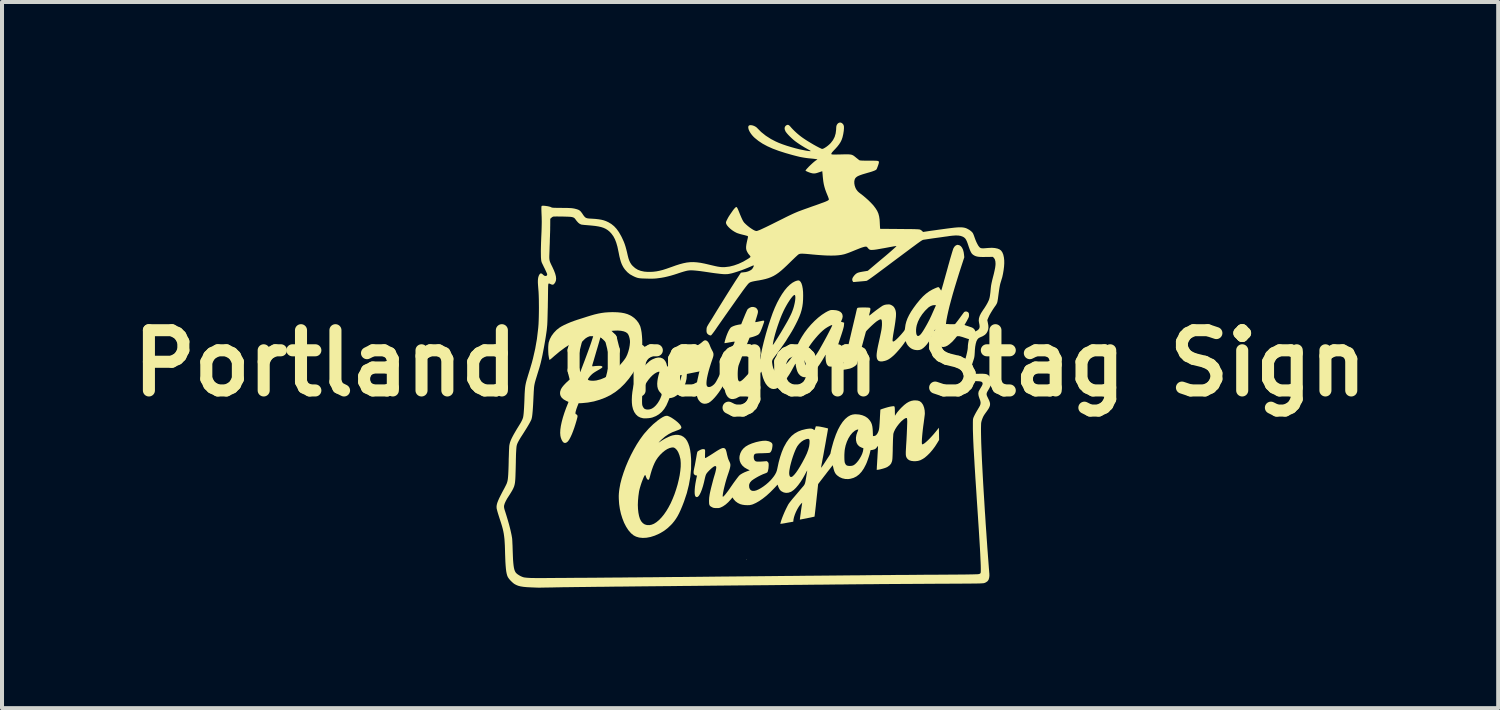
<source format=kicad_pcb>
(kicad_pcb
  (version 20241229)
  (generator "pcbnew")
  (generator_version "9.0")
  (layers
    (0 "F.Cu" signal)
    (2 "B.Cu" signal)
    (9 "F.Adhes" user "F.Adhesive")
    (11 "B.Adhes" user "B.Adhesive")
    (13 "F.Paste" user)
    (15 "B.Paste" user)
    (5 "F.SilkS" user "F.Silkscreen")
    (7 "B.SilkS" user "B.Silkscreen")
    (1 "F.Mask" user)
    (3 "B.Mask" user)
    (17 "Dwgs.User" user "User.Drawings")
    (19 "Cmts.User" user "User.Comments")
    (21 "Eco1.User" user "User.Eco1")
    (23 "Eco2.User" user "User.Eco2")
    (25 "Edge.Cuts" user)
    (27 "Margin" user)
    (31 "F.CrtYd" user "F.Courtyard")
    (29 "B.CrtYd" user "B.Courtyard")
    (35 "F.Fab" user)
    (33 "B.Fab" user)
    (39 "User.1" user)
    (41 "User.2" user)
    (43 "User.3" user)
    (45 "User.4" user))
  (footprint "Portland Oregon Stag Sign"
    (layer "F.Cu")
    (at 15.621 5.991)
    (property "Reference" "Portland Oregon Stag Sign" (at 0 0 0) (layer "F.SilkS") (effects (font (size 1.5 1.5) (thickness 0.3))))
    (attr board_only exclude_from_pos_files exclude_from_bom)
    (fp_poly (pts (xy -0.078 4.893) (xy -0.081 4.897) (xy -0.089 4.898) (xy -0.098 4.895) (xy -0.094 4.892) (xy -0.081 4.891)) (stroke (width 0) (type solid)) (fill yes) (layer "F.SilkS"))
    (fp_poly (pts (xy -2.047 1.313) (xy -2.004 1.331) (xy -1.955 1.357) (xy -1.905 1.39) (xy -1.855 1.426) (xy -1.809 1.464) (xy -1.77 1.501) (xy -1.739 1.536) (xy -1.72 1.567) (xy -1.717 1.574) (xy -1.711 1.596) (xy -1.712 1.61) (xy -1.721 1.624) (xy -1.725 1.628) (xy -1.744 1.642) (xy -1.777 1.658) (xy -1.819 1.674) (xy -1.825 1.676) (xy -1.933 1.717) (xy -2.028 1.766) (xy -2.117 1.826) (xy -2.203 1.9) (xy -2.217 1.913) (xy -2.243 1.94) (xy -2.263 1.96) (xy -2.274 1.972) (xy -2.274 1.975) (xy -2.272 1.974) (xy -2.255 1.963) (xy -2.229 1.946) (xy -2.2 1.926) (xy -2.194 1.923) (xy -2.146 1.893) (xy -2.091 1.863) (xy -2.035 1.836) (xy -1.981 1.813) (xy -1.936 1.798) (xy -1.932 1.797) (xy -1.853 1.783) (xy -1.781 1.785) (xy -1.715 1.801) (xy -1.657 1.833) (xy -1.607 1.878) (xy -1.568 1.934) (xy -1.537 2) (xy -1.511 2.076) (xy -1.492 2.162) (xy -1.478 2.262) (xy -1.469 2.375) (xy -1.467 2.437) (xy -1.469 2.632) (xy -1.488 2.831) (xy -1.524 3.032) (xy -1.575 3.235) (xy -1.643 3.44) (xy -1.689 3.559) (xy -1.73 3.656) (xy -1.769 3.74) (xy -1.808 3.813) (xy -1.848 3.877) (xy -1.89 3.935) (xy -1.936 3.991) (xy -1.969 4.026) (xy -2.05 4.103) (xy -2.133 4.167) (xy -2.224 4.223) (xy -2.266 4.245) (xy -2.372 4.292) (xy -2.476 4.325) (xy -2.576 4.344) (xy -2.67 4.349) (xy -2.758 4.34) (xy -2.768 4.338) (xy -2.838 4.317) (xy -2.898 4.286) (xy -2.955 4.24) (xy -2.971 4.224) (xy -3.031 4.154) (xy -3.086 4.069) (xy -3.136 3.972) (xy -3.178 3.865) (xy -3.214 3.75) (xy -3.241 3.63) (xy -3.256 3.528) (xy -2.794 3.528) (xy -2.79 3.628) (xy -2.78 3.72) (xy -2.764 3.803) (xy -2.742 3.873) (xy -2.714 3.929) (xy -2.709 3.936) (xy -2.669 3.982) (xy -2.621 4.013) (xy -2.566 4.029) (xy -2.505 4.03) (xy -2.452 4.02) (xy -2.394 3.997) (xy -2.332 3.958) (xy -2.269 3.906) (xy -2.206 3.841) (xy -2.143 3.764) (xy -2.083 3.677) (xy -2.031 3.59) (xy -1.977 3.488) (xy -1.928 3.378) (xy -1.882 3.263) (xy -1.842 3.145) (xy -1.806 3.025) (xy -1.777 2.907) (xy -1.753 2.792) (xy -1.737 2.681) (xy -1.727 2.578) (xy -1.726 2.485) (xy -1.732 2.402) (xy -1.737 2.374) (xy -1.759 2.289) (xy -1.787 2.219) (xy -1.82 2.163) (xy -1.859 2.123) (xy -1.87 2.115) (xy -1.892 2.102) (xy -1.913 2.097) (xy -1.941 2.097) (xy -1.947 2.098) (xy -2.002 2.111) (xy -2.061 2.137) (xy -2.122 2.176) (xy -2.182 2.225) (xy -2.24 2.282) (xy -2.294 2.346) (xy -2.341 2.415) (xy -2.344 2.42) (xy -2.379 2.487) (xy -2.413 2.566) (xy -2.445 2.654) (xy -2.473 2.747) (xy -2.48 2.773) (xy -2.493 2.823) (xy -2.504 2.859) (xy -2.512 2.883) (xy -2.52 2.896) (xy -2.526 2.902) (xy -2.528 2.902) (xy -2.549 2.898) (xy -2.568 2.878) (xy -2.585 2.844) (xy -2.589 2.833) (xy -2.598 2.808) (xy -2.606 2.789) (xy -2.609 2.783) (xy -2.617 2.785) (xy -2.628 2.8) (xy -2.643 2.828) (xy -2.659 2.864) (xy -2.677 2.909) (xy -2.696 2.958) (xy -2.714 3.01) (xy -2.73 3.062) (xy -2.745 3.113) (xy -2.757 3.161) (xy -2.764 3.194) (xy -2.78 3.309) (xy -2.79 3.421) (xy -2.794 3.528) (xy -3.256 3.528) (xy -3.259 3.507) (xy -3.264 3.44) (xy -3.268 3.366) (xy -3.269 3.303) (xy -3.266 3.243) (xy -3.26 3.18) (xy -3.252 3.122) (xy -3.229 2.997) (xy -3.194 2.862) (xy -3.149 2.722) (xy -3.096 2.577) (xy -3.035 2.432) (xy -2.968 2.289) (xy -2.895 2.15) (xy -2.819 2.018) (xy -2.74 1.896) (xy -2.66 1.786) (xy -2.632 1.751) (xy -2.522 1.627) (xy -2.412 1.519) (xy -2.301 1.427) (xy -2.231 1.377) (xy -2.178 1.344) (xy -2.134 1.322) (xy -2.097 1.311) (xy -2.066 1.309)) (stroke (width 0) (type solid)) (fill yes) (layer "F.SilkS"))
    (fp_poly (pts (xy -3.306 -1.268) (xy -3.211 -1.259) (xy -3.128 -1.244) (xy -3.053 -1.222) (xy -2.985 -1.192) (xy -2.946 -1.17) (xy -2.883 -1.125) (xy -2.826 -1.069) (xy -2.778 -1.006) (xy -2.743 -0.939) (xy -2.731 -0.91) (xy -2.714 -0.843) (xy -2.7 -0.764) (xy -2.691 -0.676) (xy -2.685 -0.584) (xy -2.684 -0.49) (xy -2.688 -0.399) (xy -2.697 -0.315) (xy -2.701 -0.286) (xy -2.716 -0.211) (xy -2.736 -0.134) (xy -2.76 -0.061) (xy -2.781 -0.004) (xy -2.846 0.128) (xy -2.925 0.259) (xy -3.016 0.386) (xy -3.118 0.506) (xy -3.229 0.616) (xy -3.244 0.629) (xy -3.352 0.715) (xy -3.472 0.791) (xy -3.603 0.856) (xy -3.742 0.909) (xy -3.887 0.951) (xy -4.037 0.979) (xy -4.19 0.994) (xy -4.216 0.995) (xy -4.269 0.997) (xy -4.301 1.079) (xy -4.325 1.146) (xy -4.34 1.198) (xy -4.347 1.236) (xy -4.344 1.261) (xy -4.333 1.271) (xy -4.329 1.271) (xy -4.317 1.277) (xy -4.304 1.292) (xy -4.298 1.302) (xy -4.295 1.313) (xy -4.296 1.327) (xy -4.299 1.348) (xy -4.307 1.379) (xy -4.317 1.417) (xy -4.346 1.515) (xy -4.376 1.608) (xy -4.407 1.694) (xy -4.438 1.772) (xy -4.469 1.839) (xy -4.498 1.894) (xy -4.526 1.935) (xy -4.545 1.956) (xy -4.578 1.979) (xy -4.608 1.986) (xy -4.638 1.977) (xy -4.648 1.969) (xy -4.671 1.943) (xy -4.692 1.904) (xy -4.71 1.857) (xy -4.722 1.805) (xy -4.722 1.802) (xy -4.727 1.733) (xy -4.723 1.652) (xy -4.71 1.56) (xy -4.688 1.458) (xy -4.659 1.349) (xy -4.622 1.233) (xy -4.578 1.111) (xy -4.556 1.057) (xy -4.542 1.021) (xy -4.53 0.992) (xy -4.523 0.971) (xy -4.521 0.963) (xy -4.53 0.959) (xy -4.549 0.95) (xy -4.576 0.938) (xy -4.579 0.936) (xy -4.64 0.902) (xy -4.686 0.862) (xy -4.716 0.817) (xy -4.73 0.767) (xy -4.729 0.713) (xy -4.711 0.655) (xy -4.704 0.64) (xy -4.675 0.594) (xy -4.633 0.543) (xy -4.579 0.487) (xy -4.515 0.428) (xy -4.486 0.404) (xy -4.037 0.404) (xy -4.037 0.407) (xy -4.025 0.419) (xy -4 0.428) (xy -3.964 0.434) (xy -3.921 0.437) (xy -3.875 0.435) (xy -3.827 0.429) (xy -3.825 0.429) (xy -3.719 0.401) (xy -3.614 0.358) (xy -3.512 0.298) (xy -3.497 0.288) (xy -3.451 0.252) (xy -3.399 0.207) (xy -3.344 0.154) (xy -3.287 0.097) (xy -3.233 0.038) (xy -3.182 -0.021) (xy -3.138 -0.076) (xy -3.103 -0.125) (xy -3.087 -0.152) (xy -3.057 -0.215) (xy -3.032 -0.287) (xy -3.011 -0.363) (xy -2.997 -0.44) (xy -2.99 -0.511) (xy -2.99 -0.56) (xy -2.998 -0.612) (xy -3.011 -0.663) (xy -3.028 -0.706) (xy -3.049 -0.738) (xy -3.052 -0.742) (xy -3.091 -0.771) (xy -3.145 -0.793) (xy -3.213 -0.807) (xy -3.293 -0.813) (xy -3.386 -0.81) (xy -3.491 -0.8) (xy -3.526 -0.795) (xy -3.587 -0.785) (xy -3.633 -0.777) (xy -3.665 -0.77) (xy -3.684 -0.763) (xy -3.694 -0.757) (xy -3.695 -0.754) (xy -3.697 -0.745) (xy -3.703 -0.721) (xy -3.714 -0.685) (xy -3.727 -0.639) (xy -3.742 -0.584) (xy -3.76 -0.522) (xy -3.779 -0.456) (xy -3.799 -0.387) (xy -3.82 -0.318) (xy -3.84 -0.249) (xy -3.859 -0.184) (xy -3.877 -0.123) (xy -3.892 -0.07) (xy -3.906 -0.025) (xy -3.916 0.01) (xy -3.917 0.013) (xy -3.927 0.046) (xy -3.93 0.066) (xy -3.926 0.076) (xy -3.913 0.078) (xy -3.895 0.075) (xy -3.862 0.071) (xy -3.819 0.068) (xy -3.773 0.066) (xy -3.73 0.066) (xy -3.723 0.066) (xy -3.699 0.071) (xy -3.682 0.081) (xy -3.676 0.09) (xy -3.676 0.099) (xy -3.684 0.11) (xy -3.702 0.124) (xy -3.732 0.143) (xy -3.774 0.168) (xy -3.783 0.173) (xy -3.823 0.196) (xy -3.864 0.221) (xy -3.898 0.244) (xy -3.918 0.259) (xy -3.943 0.281) (xy -3.969 0.307) (xy -3.994 0.336) (xy -4.015 0.364) (xy -4.031 0.388) (xy -4.037 0.404) (xy -4.486 0.404) (xy -4.443 0.369) (xy -4.365 0.311) (xy -4.287 0.258) (xy -4.227 0.22) (xy -4.162 0.049) (xy -4.12 -0.061) (xy -4.081 -0.166) (xy -4.044 -0.266) (xy -4.01 -0.359) (xy -3.98 -0.443) (xy -3.954 -0.519) (xy -3.933 -0.584) (xy -3.916 -0.637) (xy -3.904 -0.678) (xy -3.898 -0.705) (xy -3.897 -0.713) (xy -3.904 -0.721) (xy -3.924 -0.722) (xy -3.955 -0.717) (xy -3.993 -0.706) (xy -4.03 -0.694) (xy -4.067 -0.678) (xy -4.115 -0.656) (xy -4.171 -0.63) (xy -4.231 -0.601) (xy -4.293 -0.571) (xy -4.353 -0.54) (xy -4.407 -0.512) (xy -4.452 -0.488) (xy -4.484 -0.47) (xy -4.612 -0.386) (xy -4.741 -0.29) (xy -4.874 -0.179) (xy -4.912 -0.145) (xy -4.942 -0.119) (xy -4.967 -0.099) (xy -4.985 -0.086) (xy -4.994 -0.082) (xy -4.994 -0.082) (xy -4.997 -0.093) (xy -5.003 -0.116) (xy -5.009 -0.147) (xy -5.011 -0.16) (xy -5.019 -0.211) (xy -5.023 -0.271) (xy -5.025 -0.335) (xy -5.025 -0.399) (xy -5.021 -0.457) (xy -5.015 -0.504) (xy -5.013 -0.516) (xy -4.985 -0.599) (xy -4.942 -0.68) (xy -4.885 -0.757) (xy -4.817 -0.828) (xy -4.747 -0.883) (xy -4.694 -0.916) (xy -4.628 -0.951) (xy -4.551 -0.986) (xy -4.466 -1.022) (xy -4.377 -1.055) (xy -4.286 -1.086) (xy -4.275 -1.089) (xy -4.225 -1.105) (xy -4.168 -1.123) (xy -4.111 -1.141) (xy -4.078 -1.152) (xy -3.968 -1.186) (xy -3.87 -1.214) (xy -3.78 -1.235) (xy -3.695 -1.251) (xy -3.612 -1.262) (xy -3.527 -1.268) (xy -3.437 -1.271) (xy -3.413 -1.271)) (stroke (width 0) (type solid)) (fill yes) (layer "F.SilkS"))
    (fp_poly (pts (xy 4.173 0.93) (xy 4.222 0.946) (xy 4.261 0.975) (xy 4.294 1.018) (xy 4.31 1.047) (xy 4.332 1.107) (xy 4.346 1.176) (xy 4.35 1.246) (xy 4.349 1.27) (xy 4.346 1.297) (xy 4.341 1.337) (xy 4.335 1.385) (xy 4.328 1.437) (xy 4.323 1.478) (xy 4.31 1.57) (xy 4.299 1.66) (xy 4.29 1.744) (xy 4.283 1.82) (xy 4.278 1.886) (xy 4.276 1.938) (xy 4.275 1.954) (xy 4.276 1.987) (xy 4.278 2.007) (xy 4.282 2.017) (xy 4.289 2.02) (xy 4.29 2.02) (xy 4.31 2.013) (xy 4.339 1.995) (xy 4.375 1.966) (xy 4.418 1.927) (xy 4.465 1.881) (xy 4.515 1.828) (xy 4.567 1.77) (xy 4.619 1.708) (xy 4.645 1.676) (xy 4.7 1.606) (xy 4.703 1.758) (xy 4.705 1.91) (xy 4.656 1.991) (xy 4.601 2.077) (xy 4.54 2.158) (xy 4.476 2.233) (xy 4.411 2.297) (xy 4.348 2.351) (xy 4.301 2.382) (xy 4.24 2.414) (xy 4.18 2.432) (xy 4.117 2.439) (xy 4.073 2.439) (xy 4.014 2.432) (xy 3.967 2.417) (xy 3.931 2.394) (xy 3.91 2.371) (xy 3.898 2.353) (xy 3.888 2.334) (xy 3.882 2.312) (xy 3.877 2.285) (xy 3.876 2.25) (xy 3.876 2.206) (xy 3.879 2.149) (xy 3.883 2.078) (xy 3.883 2.07) (xy 3.888 1.994) (xy 3.893 1.915) (xy 3.897 1.835) (xy 3.901 1.756) (xy 3.904 1.681) (xy 3.907 1.611) (xy 3.909 1.548) (xy 3.911 1.495) (xy 3.912 1.452) (xy 3.911 1.423) (xy 3.911 1.41) (xy 3.907 1.388) (xy 3.906 1.374) (xy 3.899 1.364) (xy 3.882 1.365) (xy 3.857 1.374) (xy 3.829 1.392) (xy 3.82 1.399) (xy 3.76 1.451) (xy 3.705 1.512) (xy 3.655 1.577) (xy 3.613 1.643) (xy 3.582 1.708) (xy 3.568 1.751) (xy 3.565 1.769) (xy 3.563 1.803) (xy 3.56 1.851) (xy 3.557 1.91) (xy 3.555 1.979) (xy 3.553 2.057) (xy 3.552 2.091) (xy 3.551 2.174) (xy 3.549 2.242) (xy 3.547 2.297) (xy 3.545 2.34) (xy 3.543 2.375) (xy 3.54 2.401) (xy 3.537 2.423) (xy 3.533 2.44) (xy 3.531 2.447) (xy 3.51 2.498) (xy 3.476 2.54) (xy 3.429 2.575) (xy 3.411 2.586) (xy 3.38 2.6) (xy 3.338 2.615) (xy 3.29 2.629) (xy 3.243 2.641) (xy 3.201 2.65) (xy 3.181 2.652) (xy 3.152 2.655) (xy 3.154 2.622) (xy 3.155 2.604) (xy 3.156 2.573) (xy 3.159 2.53) (xy 3.162 2.478) (xy 3.165 2.42) (xy 3.169 2.365) (xy 3.173 2.286) (xy 3.177 2.222) (xy 3.18 2.171) (xy 3.182 2.132) (xy 3.183 2.104) (xy 3.184 2.085) (xy 3.184 2.072) (xy 3.184 2.066) (xy 3.183 2.063) (xy 3.181 2.062) (xy 3.181 2.062) (xy 3.174 2.069) (xy 3.162 2.085) (xy 3.153 2.097) (xy 3.128 2.125) (xy 3.097 2.144) (xy 3.055 2.156) (xy 3.037 2.159) (xy 2.998 2.165) (xy 2.988 2.212) (xy 2.973 2.271) (xy 2.952 2.338) (xy 2.928 2.408) (xy 2.904 2.473) (xy 2.882 2.523) (xy 2.831 2.62) (xy 2.775 2.702) (xy 2.714 2.768) (xy 2.647 2.819) (xy 2.574 2.855) (xy 2.495 2.877) (xy 2.445 2.884) (xy 2.369 2.882) (xy 2.294 2.865) (xy 2.225 2.834) (xy 2.168 2.793) (xy 2.139 2.764) (xy 2.117 2.733) (xy 2.099 2.695) (xy 2.083 2.646) (xy 2.075 2.615) (xy 2.057 2.539) (xy 1.969 2.652) (xy 1.937 2.692) (xy 1.912 2.724) (xy 1.892 2.751) (xy 1.873 2.776) (xy 1.853 2.801) (xy 1.83 2.831) (xy 1.802 2.868) (xy 1.766 2.914) (xy 1.694 3.009) (xy 1.68 3.139) (xy 1.671 3.227) (xy 1.661 3.315) (xy 1.652 3.401) (xy 1.643 3.482) (xy 1.635 3.559) (xy 1.627 3.629) (xy 1.62 3.69) (xy 1.614 3.741) (xy 1.609 3.781) (xy 1.606 3.807) (xy 1.604 3.818) (xy 1.604 3.819) (xy 1.595 3.821) (xy 1.573 3.826) (xy 1.54 3.833) (xy 1.5 3.842) (xy 1.454 3.851) (xy 1.407 3.861) (xy 1.36 3.87) (xy 1.317 3.878) (xy 1.281 3.885) (xy 1.255 3.89) (xy 1.241 3.893) (xy 1.239 3.893) (xy 1.24 3.884) (xy 1.242 3.862) (xy 1.247 3.829) (xy 1.252 3.788) (xy 1.259 3.741) (xy 1.265 3.691) (xy 1.272 3.641) (xy 1.279 3.595) (xy 1.285 3.554) (xy 1.29 3.522) (xy 1.293 3.501) (xy 1.298 3.472) (xy 1.28 3.488) (xy 1.245 3.526) (xy 1.209 3.577) (xy 1.174 3.636) (xy 1.142 3.701) (xy 1.115 3.766) (xy 1.094 3.83) (xy 1.081 3.887) (xy 1.08 3.898) (xy 1.075 3.945) (xy 1.019 3.955) (xy 0.989 3.96) (xy 0.947 3.967) (xy 0.9 3.976) (xy 0.856 3.984) (xy 0.81 3.992) (xy 0.778 3.996) (xy 0.76 3.997) (xy 0.752 3.995) (xy 0.752 3.993) (xy 0.757 3.978) (xy 0.764 3.955) (xy 0.765 3.949) (xy 0.781 3.898) (xy 0.803 3.837) (xy 0.83 3.77) (xy 0.86 3.7) (xy 0.891 3.633) (xy 0.922 3.571) (xy 0.949 3.519) (xy 0.956 3.508) (xy 0.972 3.484) (xy 0.997 3.451) (xy 1.028 3.412) (xy 1.062 3.37) (xy 1.094 3.333) (xy 1.13 3.291) (xy 1.165 3.25) (xy 1.196 3.213) (xy 1.222 3.183) (xy 1.237 3.164) (xy 1.261 3.136) (xy 1.285 3.108) (xy 1.301 3.089) (xy 1.324 3.063) (xy 1.341 3.041) (xy 1.354 3.02) (xy 1.364 2.997) (xy 1.372 2.97) (xy 1.38 2.934) (xy 1.388 2.887) (xy 1.396 2.84) (xy 1.404 2.79) (xy 1.411 2.745) (xy 1.417 2.709) (xy 1.421 2.684) (xy 1.422 2.672) (xy 1.422 2.672) (xy 1.418 2.676) (xy 1.408 2.692) (xy 1.394 2.719) (xy 1.375 2.753) (xy 1.369 2.766) (xy 1.313 2.866) (xy 1.256 2.956) (xy 1.198 3.035) (xy 1.142 3.101) (xy 1.087 3.154) (xy 1.034 3.192) (xy 1.014 3.203) (xy 0.955 3.223) (xy 0.896 3.228) (xy 0.838 3.217) (xy 0.786 3.191) (xy 0.759 3.17) (xy 0.737 3.144) (xy 0.716 3.106) (xy 0.698 3.064) (xy 0.695 3.053) (xy 0.685 3.022) (xy 0.596 3.117) (xy 0.503 3.211) (xy 0.41 3.296) (xy 0.318 3.369) (xy 0.23 3.43) (xy 0.146 3.478) (xy 0.068 3.513) (xy 0.038 3.522) (xy -0.011 3.532) (xy -0.07 3.534) (xy -0.133 3.531) (xy -0.193 3.522) (xy -0.245 3.508) (xy -0.245 3.508) (xy -0.307 3.478) (xy -0.362 3.438) (xy -0.405 3.391) (xy -0.412 3.381) (xy -0.438 3.341) (xy -0.479 3.39) (xy -0.542 3.459) (xy -0.607 3.517) (xy -0.671 3.561) (xy -0.696 3.574) (xy -0.73 3.59) (xy -0.756 3.6) (xy -0.781 3.605) (xy -0.813 3.606) (xy -0.833 3.606) (xy -0.872 3.605) (xy -0.901 3.602) (xy -0.925 3.595) (xy -0.946 3.585) (xy -0.977 3.568) (xy -0.998 3.551) (xy -1.011 3.53) (xy -1.019 3.501) (xy -1.021 3.462) (xy -1.022 3.423) (xy -1.018 3.347) (xy -1.007 3.271) (xy -0.998 3.223) (xy -0.987 3.174) (xy -0.973 3.113) (xy -0.956 3.047) (xy -0.938 2.978) (xy -0.921 2.912) (xy -0.904 2.851) (xy -0.889 2.801) (xy -0.883 2.782) (xy -0.868 2.731) (xy -0.856 2.682) (xy -0.847 2.638) (xy -0.842 2.604) (xy -0.842 2.594) (xy -0.846 2.57) (xy -0.86 2.56) (xy -0.883 2.563) (xy -0.914 2.58) (xy -0.952 2.61) (xy -0.978 2.633) (xy -1.021 2.674) (xy -1.053 2.708) (xy -1.077 2.737) (xy -1.094 2.764) (xy -1.106 2.794) (xy -1.116 2.828) (xy -1.124 2.861) (xy -1.148 2.967) (xy -1.173 3.061) (xy -1.199 3.142) (xy -1.225 3.209) (xy -1.251 3.262) (xy -1.276 3.301) (xy -1.301 3.325) (xy -1.326 3.333) (xy -1.349 3.325) (xy -1.36 3.315) (xy -1.371 3.292) (xy -1.378 3.255) (xy -1.38 3.205) (xy -1.378 3.144) (xy -1.372 3.074) (xy -1.361 2.997) (xy -1.346 2.914) (xy -1.338 2.875) (xy -1.331 2.841) (xy -1.325 2.815) (xy -1.322 2.799) (xy -1.321 2.797) (xy -1.329 2.795) (xy -1.342 2.794) (xy -1.363 2.789) (xy -1.384 2.776) (xy -1.384 2.775) (xy -1.397 2.761) (xy -1.404 2.743) (xy -1.406 2.719) (xy -1.404 2.685) (xy -1.396 2.641) (xy -1.386 2.592) (xy -1.376 2.548) (xy -1.366 2.493) (xy -1.355 2.433) (xy -1.345 2.376) (xy -1.342 2.361) (xy -1.334 2.314) (xy -1.327 2.272) (xy -1.32 2.238) (xy -1.315 2.215) (xy -1.313 2.208) (xy -1.301 2.193) (xy -1.276 2.177) (xy -1.246 2.161) (xy -1.214 2.147) (xy -1.184 2.139) (xy -1.171 2.138) (xy -1.145 2.14) (xy -1.129 2.146) (xy -1.121 2.162) (xy -1.119 2.189) (xy -1.12 2.21) (xy -1.121 2.264) (xy -1.122 2.303) (xy -1.122 2.33) (xy -1.122 2.347) (xy -1.12 2.356) (xy -1.117 2.359) (xy -1.112 2.359) (xy -1.107 2.358) (xy -1.095 2.352) (xy -1.071 2.339) (xy -1.039 2.319) (xy -0.999 2.295) (xy -0.954 2.266) (xy -0.938 2.256) (xy -0.872 2.213) (xy -0.819 2.179) (xy -0.775 2.153) (xy -0.74 2.134) (xy -0.713 2.122) (xy -0.69 2.114) (xy -0.672 2.111) (xy -0.666 2.111) (xy -0.639 2.116) (xy -0.618 2.132) (xy -0.602 2.16) (xy -0.589 2.204) (xy -0.585 2.219) (xy -0.572 2.282) (xy -0.559 2.332) (xy -0.548 2.372) (xy -0.535 2.405) (xy -0.521 2.435) (xy -0.507 2.464) (xy -0.497 2.49) (xy -0.491 2.516) (xy -0.49 2.543) (xy -0.494 2.576) (xy -0.502 2.615) (xy -0.516 2.663) (xy -0.535 2.723) (xy -0.555 2.781) (xy -0.576 2.845) (xy -0.596 2.911) (xy -0.615 2.978) (xy -0.632 3.045) (xy -0.648 3.109) (xy -0.661 3.168) (xy -0.671 3.22) (xy -0.678 3.264) (xy -0.682 3.297) (xy -0.681 3.318) (xy -0.676 3.324) (xy -0.664 3.318) (xy -0.644 3.298) (xy -0.617 3.268) (xy -0.586 3.228) (xy -0.55 3.181) (xy -0.512 3.128) (xy -0.48 3.08) (xy -0.449 3.036) (xy -0.416 2.988) (xy -0.381 2.94) (xy -0.347 2.894) (xy -0.316 2.853) (xy -0.29 2.82) (xy -0.271 2.797) (xy -0.266 2.793) (xy -0.237 2.769) (xy -0.194 2.743) (xy -0.142 2.717) (xy -0.081 2.692) (xy -0.061 2.685) (xy -0.008 2.666) (xy -0.074 2.634) (xy -0.141 2.594) (xy -0.194 2.546) (xy -0.233 2.491) (xy -0.257 2.431) (xy -0.266 2.366) (xy -0.262 2.31) (xy -0.242 2.24) (xy -0.211 2.178) (xy -0.167 2.123) (xy -0.11 2.074) (xy -0.038 2.032) (xy 0.047 1.996) (xy 0.148 1.964) (xy 0.238 1.944) (xy 0.323 1.931) (xy 0.398 1.93) (xy 0.461 1.942) (xy 0.492 1.954) (xy 0.524 1.972) (xy 0.545 1.991) (xy 0.556 2.015) (xy 0.558 2.048) (xy 0.555 2.081) (xy 0.546 2.136) (xy 0.531 2.18) (xy 0.512 2.212) (xy 0.49 2.229) (xy 0.474 2.232) (xy 0.445 2.235) (xy 0.405 2.237) (xy 0.358 2.239) (xy 0.307 2.241) (xy 0.246 2.242) (xy 0.199 2.244) (xy 0.164 2.247) (xy 0.139 2.251) (xy 0.122 2.258) (xy 0.111 2.267) (xy 0.102 2.279) (xy 0.1 2.282) (xy 0.092 2.31) (xy 0.091 2.346) (xy 0.096 2.381) (xy 0.105 2.405) (xy 0.116 2.422) (xy 0.129 2.435) (xy 0.145 2.443) (xy 0.166 2.448) (xy 0.197 2.45) (xy 0.238 2.45) (xy 0.292 2.447) (xy 0.321 2.445) (xy 0.419 2.438) (xy 0.441 2.46) (xy 0.453 2.473) (xy 0.459 2.488) (xy 0.462 2.509) (xy 0.463 2.541) (xy 0.463 2.543) (xy 0.458 2.616) (xy 0.445 2.679) (xy 0.437 2.703) (xy 0.428 2.717) (xy 0.411 2.728) (xy 0.383 2.74) (xy 0.372 2.744) (xy 0.319 2.764) (xy 0.261 2.791) (xy 0.2 2.822) (xy 0.142 2.855) (xy 0.089 2.888) (xy 0.047 2.918) (xy 0.036 2.927) (xy 0.001 2.967) (xy -0.02 3.01) (xy -0.025 3.048) (xy -0.02 3.099) (xy -0.003 3.138) (xy 0.024 3.165) (xy 0.061 3.178) (xy 0.104 3.178) (xy 0.152 3.167) (xy 0.208 3.143) (xy 0.268 3.11) (xy 0.332 3.068) (xy 0.396 3.02) (xy 0.457 2.967) (xy 0.514 2.911) (xy 0.552 2.867) (xy 0.595 2.812) (xy 0.626 2.764) (xy 0.64 2.736) (xy 0.973 2.736) (xy 0.977 2.78) (xy 0.987 2.811) (xy 1.003 2.829) (xy 1.025 2.833) (xy 1.052 2.821) (xy 1.064 2.812) (xy 1.102 2.774) (xy 1.145 2.721) (xy 1.192 2.653) (xy 1.243 2.571) (xy 1.298 2.475) (xy 1.356 2.366) (xy 1.366 2.347) (xy 1.414 2.245) (xy 1.448 2.153) (xy 1.47 2.07) (xy 1.479 2.002) (xy 1.481 1.952) (xy 1.479 1.917) (xy 1.471 1.895) (xy 1.457 1.884) (xy 1.434 1.883) (xy 1.401 1.89) (xy 1.393 1.892) (xy 1.333 1.917) (xy 1.275 1.956) (xy 1.221 2.008) (xy 1.177 2.065) (xy 1.151 2.112) (xy 1.123 2.172) (xy 1.095 2.242) (xy 1.067 2.32) (xy 1.041 2.401) (xy 1.018 2.483) (xy 0.998 2.562) (xy 0.984 2.636) (xy 0.977 2.681) (xy 0.973 2.736) (xy 0.64 2.736) (xy 0.65 2.718) (xy 0.667 2.67) (xy 0.68 2.614) (xy 0.682 2.604) (xy 0.712 2.465) (xy 0.748 2.334) (xy 0.788 2.214) (xy 0.832 2.107) (xy 0.848 2.075) (xy 0.906 1.971) (xy 0.968 1.883) (xy 1.035 1.809) (xy 1.11 1.749) (xy 1.194 1.701) (xy 1.287 1.665) (xy 1.391 1.64) (xy 1.433 1.633) (xy 1.488 1.627) (xy 1.531 1.629) (xy 1.564 1.64) (xy 1.587 1.657) (xy 1.596 1.664) (xy 1.602 1.664) (xy 1.609 1.654) (xy 1.617 1.631) (xy 1.62 1.621) (xy 1.637 1.57) (xy 1.692 1.573) (xy 1.714 1.575) (xy 1.746 1.58) (xy 1.785 1.588) (xy 1.826 1.596) (xy 1.865 1.605) (xy 1.9 1.613) (xy 1.926 1.62) (xy 1.94 1.626) (xy 1.941 1.626) (xy 1.94 1.635) (xy 1.936 1.658) (xy 1.93 1.694) (xy 1.922 1.741) (xy 1.912 1.798) (xy 1.9 1.862) (xy 1.888 1.932) (xy 1.875 2.006) (xy 1.861 2.082) (xy 1.847 2.158) (xy 1.834 2.232) (xy 1.821 2.304) (xy 1.808 2.37) (xy 1.797 2.429) (xy 1.788 2.48) (xy 1.784 2.498) (xy 1.777 2.536) (xy 1.772 2.568) (xy 1.768 2.591) (xy 1.767 2.599) (xy 1.77 2.6) (xy 1.776 2.593) (xy 1.788 2.578) (xy 1.806 2.553) (xy 1.83 2.518) (xy 1.861 2.471) (xy 1.899 2.412) (xy 1.946 2.34) (xy 1.947 2.339) (xy 2.347 2.339) (xy 2.348 2.391) (xy 2.351 2.436) (xy 2.356 2.47) (xy 2.36 2.481) (xy 2.376 2.515) (xy 2.396 2.538) (xy 2.423 2.551) (xy 2.462 2.557) (xy 2.486 2.558) (xy 2.537 2.553) (xy 2.573 2.541) (xy 2.612 2.515) (xy 2.652 2.476) (xy 2.693 2.427) (xy 2.73 2.371) (xy 2.764 2.312) (xy 2.791 2.253) (xy 2.809 2.196) (xy 2.815 2.163) (xy 2.821 2.117) (xy 2.777 2.101) (xy 2.724 2.074) (xy 2.682 2.035) (xy 2.653 1.986) (xy 2.651 1.979) (xy 2.637 1.92) (xy 2.635 1.855) (xy 2.646 1.786) (xy 2.666 1.725) (xy 2.679 1.695) (xy 2.688 1.671) (xy 2.693 1.657) (xy 2.693 1.655) (xy 2.687 1.65) (xy 2.67 1.652) (xy 2.646 1.661) (xy 2.62 1.674) (xy 2.605 1.683) (xy 2.547 1.732) (xy 2.495 1.795) (xy 2.448 1.87) (xy 2.409 1.955) (xy 2.378 2.048) (xy 2.361 2.127) (xy 2.354 2.173) (xy 2.35 2.226) (xy 2.347 2.282) (xy 2.347 2.339) (xy 1.947 2.339) (xy 1.96 2.319) (xy 1.979 2.289) (xy 1.993 2.262) (xy 2.002 2.244) (xy 2.003 2.239) (xy 2.005 2.222) (xy 2.012 2.191) (xy 2.021 2.151) (xy 2.033 2.104) (xy 2.047 2.053) (xy 2.061 2.002) (xy 2.075 1.953) (xy 2.088 1.913) (xy 2.136 1.776) (xy 2.188 1.655) (xy 2.244 1.551) (xy 2.303 1.462) (xy 2.365 1.39) (xy 2.431 1.334) (xy 2.447 1.324) (xy 2.499 1.295) (xy 2.549 1.279) (xy 2.606 1.271) (xy 2.632 1.271) (xy 2.716 1.277) (xy 2.793 1.295) (xy 2.863 1.324) (xy 2.921 1.362) (xy 2.947 1.387) (xy 2.983 1.429) (xy 3.01 1.472) (xy 3.03 1.519) (xy 3.043 1.573) (xy 3.051 1.637) (xy 3.054 1.692) (xy 3.059 1.814) (xy 3.089 1.812) (xy 3.12 1.803) (xy 3.149 1.778) (xy 3.175 1.74) (xy 3.197 1.69) (xy 3.198 1.687) (xy 3.204 1.667) (xy 3.209 1.645) (xy 3.213 1.619) (xy 3.217 1.586) (xy 3.22 1.544) (xy 3.224 1.491) (xy 3.228 1.425) (xy 3.23 1.393) (xy 3.233 1.332) (xy 3.236 1.276) (xy 3.239 1.229) (xy 3.241 1.191) (xy 3.243 1.166) (xy 3.244 1.155) (xy 3.244 1.155) (xy 3.252 1.151) (xy 3.272 1.144) (xy 3.3 1.134) (xy 3.304 1.133) (xy 3.366 1.113) (xy 3.429 1.095) (xy 3.487 1.081) (xy 3.536 1.073) (xy 3.545 1.072) (xy 3.566 1.07) (xy 3.58 1.07) (xy 3.591 1.075) (xy 3.597 1.088) (xy 3.601 1.109) (xy 3.603 1.143) (xy 3.604 1.19) (xy 3.604 1.207) (xy 3.606 1.308) (xy 3.644 1.249) (xy 3.664 1.221) (xy 3.693 1.186) (xy 3.727 1.147) (xy 3.763 1.109) (xy 3.77 1.102) (xy 3.836 1.04) (xy 3.897 0.993) (xy 3.956 0.959) (xy 4.015 0.937) (xy 4.075 0.926) (xy 4.112 0.925)) (stroke (width 0) (type solid)) (fill yes) (layer "F.SilkS"))
    (fp_poly (pts (xy 5.207 -2.938) (xy 5.244 -2.915) (xy 5.275 -2.877) (xy 5.3 -2.826) (xy 5.317 -2.763) (xy 5.325 -2.707) (xy 5.332 -2.637) (xy 5.28 -2.478) (xy 5.212 -2.269) (xy 5.151 -2.073) (xy 5.095 -1.89) (xy 5.045 -1.72) (xy 5.002 -1.563) (xy 4.964 -1.421) (xy 4.933 -1.292) (xy 4.908 -1.177) (xy 4.889 -1.077) (xy 4.877 -0.991) (xy 4.871 -0.921) (xy 4.872 -0.865) (xy 4.876 -0.836) (xy 4.884 -0.816) (xy 4.895 -0.805) (xy 4.895 -0.805) (xy 4.916 -0.805) (xy 4.945 -0.82) (xy 4.981 -0.847) (xy 5.023 -0.887) (xy 5.071 -0.938) (xy 5.123 -0.999) (xy 5.179 -1.071) (xy 5.239 -1.152) (xy 5.242 -1.157) (xy 5.27 -1.195) (xy 5.295 -1.229) (xy 5.315 -1.256) (xy 5.329 -1.273) (xy 5.334 -1.277) (xy 5.359 -1.287) (xy 5.39 -1.286) (xy 5.418 -1.275) (xy 5.429 -1.266) (xy 5.442 -1.249) (xy 5.448 -1.229) (xy 5.449 -1.2) (xy 5.449 -1.197) (xy 5.449 -1.177) (xy 5.446 -1.159) (xy 5.44 -1.14) (xy 5.429 -1.116) (xy 5.412 -1.084) (xy 5.389 -1.041) (xy 5.385 -1.034) (xy 5.313 -0.911) (xy 5.241 -0.799) (xy 5.171 -0.699) (xy 5.103 -0.613) (xy 5.039 -0.541) (xy 5.015 -0.519) (xy 4.958 -0.469) (xy 4.907 -0.434) (xy 4.859 -0.413) (xy 4.813 -0.404) (xy 4.803 -0.404) (xy 4.762 -0.409) (xy 4.729 -0.424) (xy 4.701 -0.451) (xy 4.675 -0.493) (xy 4.673 -0.497) (xy 4.651 -0.55) (xy 4.634 -0.609) (xy 4.622 -0.679) (xy 4.615 -0.761) (xy 4.612 -0.801) (xy 4.609 -0.826) (xy 4.607 -0.838) (xy 4.603 -0.837) (xy 4.601 -0.833) (xy 4.584 -0.794) (xy 4.562 -0.747) (xy 4.536 -0.695) (xy 4.509 -0.642) (xy 4.483 -0.593) (xy 4.459 -0.552) (xy 4.443 -0.527) (xy 4.404 -0.473) (xy 4.361 -0.424) (xy 4.317 -0.383) (xy 4.276 -0.353) (xy 4.26 -0.344) (xy 4.213 -0.329) (xy 4.158 -0.325) (xy 4.1 -0.332) (xy 4.052 -0.346) (xy 4.005 -0.37) (xy 3.961 -0.405) (xy 3.923 -0.447) (xy 3.896 -0.491) (xy 3.891 -0.503) (xy 3.88 -0.531) (xy 3.872 -0.544) (xy 3.864 -0.543) (xy 3.854 -0.529) (xy 3.854 -0.528) (xy 3.835 -0.498) (xy 3.807 -0.459) (xy 3.772 -0.414) (xy 3.733 -0.366) (xy 3.691 -0.317) (xy 3.65 -0.271) (xy 3.612 -0.231) (xy 3.58 -0.199) (xy 3.578 -0.197) (xy 3.527 -0.153) (xy 3.484 -0.12) (xy 3.445 -0.095) (xy 3.407 -0.076) (xy 3.365 -0.061) (xy 3.341 -0.055) (xy 3.286 -0.044) (xy 3.239 -0.045) (xy 3.203 -0.056) (xy 3.184 -0.071) (xy 3.169 -0.092) (xy 3.158 -0.117) (xy 3.152 -0.148) (xy 3.149 -0.185) (xy 3.151 -0.231) (xy 3.158 -0.286) (xy 3.169 -0.354) (xy 3.185 -0.434) (xy 3.206 -0.528) (xy 3.22 -0.592) (xy 3.234 -0.655) (xy 3.246 -0.715) (xy 3.257 -0.767) (xy 3.265 -0.808) (xy 3.27 -0.833) (xy 3.277 -0.886) (xy 3.282 -0.94) (xy 3.283 -0.99) (xy 3.281 -1.033) (xy 3.277 -1.065) (xy 3.274 -1.072) (xy 3.266 -1.088) (xy 3.253 -1.093) (xy 3.239 -1.091) (xy 3.22 -1.084) (xy 3.193 -1.069) (xy 3.162 -1.049) (xy 3.147 -1.039) (xy 3.121 -1.018) (xy 3.089 -0.991) (xy 3.053 -0.959) (xy 3.015 -0.924) (xy 2.979 -0.889) (xy 2.945 -0.855) (xy 2.916 -0.825) (xy 2.895 -0.802) (xy 2.884 -0.786) (xy 2.883 -0.784) (xy 2.88 -0.773) (xy 2.873 -0.748) (xy 2.863 -0.71) (xy 2.849 -0.66) (xy 2.833 -0.601) (xy 2.815 -0.534) (xy 2.795 -0.46) (xy 2.774 -0.382) (xy 2.774 -0.381) (xy 2.748 -0.286) (xy 2.725 -0.202) (xy 2.704 -0.129) (xy 2.686 -0.069) (xy 2.672 -0.021) (xy 2.66 0.012) (xy 2.653 0.031) (xy 2.652 0.033) (xy 2.627 0.058) (xy 2.591 0.084) (xy 2.547 0.109) (xy 2.504 0.127) (xy 2.478 0.135) (xy 2.444 0.142) (xy 2.406 0.15) (xy 2.366 0.157) (xy 2.33 0.162) (xy 2.3 0.166) (xy 2.28 0.166) (xy 2.275 0.165) (xy 2.275 0.155) (xy 2.28 0.133) (xy 2.288 0.101) (xy 2.299 0.064) (xy 2.3 0.063) (xy 2.311 0.026) (xy 2.319 -0.005) (xy 2.324 -0.025) (xy 2.324 -0.032) (xy 2.324 -0.032) (xy 2.315 -0.027) (xy 2.295 -0.015) (xy 2.268 0.001) (xy 2.26 0.006) (xy 2.203 0.036) (xy 2.145 0.059) (xy 2.089 0.076) (xy 2.037 0.084) (xy 1.993 0.085) (xy 1.958 0.077) (xy 1.946 0.07) (xy 1.927 0.051) (xy 1.91 0.027) (xy 1.908 0.022) (xy 1.897 -0.007) (xy 1.888 -0.048) (xy 1.882 -0.093) (xy 1.879 -0.137) (xy 1.88 -0.173) (xy 1.88 -0.175) (xy 1.882 -0.196) (xy 1.882 -0.209) (xy 1.881 -0.21) (xy 1.876 -0.204) (xy 1.865 -0.186) (xy 1.851 -0.162) (xy 1.793 -0.065) (xy 1.735 0.025) (xy 1.676 0.107) (xy 1.619 0.178) (xy 1.565 0.239) (xy 1.514 0.286) (xy 1.467 0.32) (xy 1.451 0.329) (xy 1.397 0.347) (xy 1.345 0.349) (xy 1.295 0.335) (xy 1.249 0.307) (xy 1.209 0.264) (xy 1.186 0.225) (xy 1.173 0.195) (xy 1.16 0.155) (xy 1.149 0.112) (xy 1.14 0.071) (xy 1.136 0.039) (xy 1.136 0.035) (xy 1.135 0.019) (xy 1.132 0.013) (xy 1.125 0.018) (xy 1.114 0.036) (xy 1.096 0.068) (xy 1.09 0.08) (xy 1.059 0.137) (xy 1.034 0.183) (xy 1.012 0.222) (xy 0.991 0.257) (xy 0.969 0.292) (xy 0.943 0.33) (xy 0.923 0.361) (xy 0.867 0.438) (xy 0.812 0.505) (xy 0.76 0.559) (xy 0.711 0.599) (xy 0.682 0.618) (xy 0.629 0.638) (xy 0.576 0.643) (xy 0.525 0.632) (xy 0.477 0.605) (xy 0.432 0.565) (xy 0.39 0.511) (xy 0.354 0.444) (xy 0.322 0.365) (xy 0.302 0.295) (xy 0.292 0.255) (xy 0.285 0.229) (xy 0.28 0.215) (xy 0.276 0.211) (xy 0.273 0.214) (xy 0.269 0.22) (xy 0.262 0.23) (xy 0.246 0.252) (xy 0.224 0.283) (xy 0.197 0.32) (xy 0.166 0.361) (xy 0.162 0.367) (xy 0.076 0.479) (xy -0.007 0.579) (xy -0.085 0.665) (xy -0.158 0.738) (xy -0.226 0.798) (xy -0.288 0.843) (xy -0.344 0.873) (xy -0.364 0.88) (xy -0.422 0.893) (xy -0.474 0.89) (xy -0.519 0.871) (xy -0.558 0.837) (xy -0.59 0.788) (xy -0.616 0.725) (xy -0.634 0.646) (xy -0.64 0.604) (xy -0.645 0.572) (xy -0.648 0.547) (xy -0.651 0.533) (xy -0.652 0.532) (xy -0.657 0.538) (xy -0.668 0.554) (xy -0.683 0.58) (xy -0.69 0.59) (xy -0.735 0.663) (xy -0.784 0.734) (xy -0.835 0.801) (xy -0.886 0.861) (xy -0.936 0.913) (xy -0.983 0.954) (xy -1.025 0.983) (xy -1.037 0.989) (xy -1.093 1.007) (xy -1.147 1.009) (xy -1.197 0.995) (xy -1.241 0.965) (xy -1.278 0.921) (xy -1.28 0.92) (xy -1.302 0.88) (xy -1.317 0.837) (xy -1.328 0.788) (xy -1.334 0.729) (xy -1.336 0.699) (xy -1.337 0.65) (xy -1.335 0.601) (xy -1.331 0.549) (xy -1.324 0.493) (xy -1.313 0.429) (xy -1.297 0.357) (xy -1.278 0.272) (xy -1.257 0.187) (xy -1.24 0.117) (xy -1.227 0.062) (xy -1.218 0.02) (xy -1.212 -0.012) (xy -1.211 -0.033) (xy -1.213 -0.047) (xy -1.218 -0.055) (xy -1.227 -0.058) (xy -1.238 -0.059) (xy -1.256 -0.054) (xy -1.285 -0.042) (xy -1.321 -0.023) (xy -1.362 -0.000196) (xy -1.404 0.025) (xy -1.444 0.051) (xy -1.479 0.076) (xy -1.507 0.097) (xy -1.517 0.107) (xy -1.546 0.15) (xy -1.565 0.204) (xy -1.574 0.269) (xy -1.574 0.285) (xy -1.582 0.39) (xy -1.606 0.49) (xy -1.646 0.584) (xy -1.702 0.673) (xy -1.772 0.754) (xy -1.775 0.757) (xy -1.833 0.807) (xy -1.892 0.842) (xy -1.949 0.861) (xy -1.966 0.864) (xy -2.007 0.869) (xy -2.039 0.95) (xy -2.084 1.052) (xy -2.137 1.139) (xy -2.198 1.212) (xy -2.268 1.271) (xy -2.346 1.317) (xy -2.432 1.351) (xy -2.475 1.361) (xy -2.527 1.368) (xy -2.581 1.372) (xy -2.632 1.373) (xy -2.665 1.37) (xy -2.733 1.352) (xy -2.793 1.321) (xy -2.842 1.275) (xy -2.883 1.216) (xy -2.914 1.144) (xy -2.934 1.063) (xy -2.942 0.988) (xy -2.944 0.913) (xy -2.689 0.913) (xy -2.689 0.963) (xy -2.688 0.999) (xy -2.686 1.025) (xy -2.683 1.045) (xy -2.677 1.062) (xy -2.67 1.079) (xy -2.669 1.08) (xy -2.654 1.106) (xy -2.637 1.127) (xy -2.628 1.134) (xy -2.59 1.15) (xy -2.543 1.154) (xy -2.494 1.148) (xy -2.445 1.13) (xy -2.443 1.129) (xy -2.393 1.096) (xy -2.344 1.049) (xy -2.298 0.991) (xy -2.258 0.926) (xy -2.231 0.87) (xy -2.215 0.829) (xy -2.205 0.801) (xy -2.202 0.781) (xy -2.205 0.767) (xy -2.214 0.754) (xy -2.227 0.74) (xy -2.266 0.694) (xy -2.293 0.641) (xy -2.308 0.581) (xy -2.312 0.511) (xy -2.307 0.447) (xy -2.301 0.403) (xy -2.292 0.357) (xy -2.283 0.318) (xy -2.28 0.305) (xy -2.268 0.264) (xy -2.26 0.237) (xy -2.257 0.22) (xy -2.259 0.212) (xy -2.265 0.211) (xy -2.276 0.212) (xy -2.281 0.213) (xy -2.327 0.23) (xy -2.376 0.259) (xy -2.428 0.3) (xy -2.479 0.351) (xy -2.527 0.408) (xy -2.571 0.47) (xy -2.609 0.534) (xy -2.635 0.591) (xy -2.656 0.653) (xy -2.672 0.712) (xy -2.682 0.772) (xy -2.687 0.84) (xy -2.689 0.913) (xy -2.944 0.913) (xy -2.944 0.902) (xy -2.94 0.81) (xy -2.93 0.716) (xy -2.915 0.624) (xy -2.895 0.539) (xy -2.874 0.477) (xy -2.816 0.346) (xy -2.743 0.221) (xy -2.657 0.105) (xy -2.575 0.015) (xy -2.535 -0.022) (xy -2.503 -0.051) (xy -2.473 -0.072) (xy -2.441 -0.091) (xy -2.422 -0.1) (xy -2.353 -0.128) (xy -2.289 -0.141) (xy -2.232 -0.139) (xy -2.182 -0.121) (xy -2.146 -0.096) (xy -2.111 -0.054) (xy -2.086 -0.003) (xy -2.074 0.042) (xy -2.067 0.067) (xy -2.055 0.081) (xy -2.046 0.086) (xy -2 0.105) (xy -1.96 0.127) (xy -1.931 0.148) (xy -1.918 0.161) (xy -1.905 0.19) (xy -1.898 0.233) (xy -1.897 0.29) (xy -1.901 0.361) (xy -1.912 0.448) (xy -1.925 0.528) (xy -1.926 0.547) (xy -1.921 0.554) (xy -1.905 0.555) (xy -1.877 0.55) (xy -1.843 0.538) (xy -1.81 0.52) (xy -1.786 0.502) (xy -1.769 0.483) (xy -1.752 0.457) (xy -1.749 0.452) (xy -1.738 0.426) (xy -1.727 0.391) (xy -1.715 0.351) (xy -1.706 0.314) (xy -1.701 0.284) (xy -1.7 0.272) (xy -1.701 0.261) (xy -1.706 0.255) (xy -1.72 0.253) (xy -1.745 0.252) (xy -1.757 0.253) (xy -1.787 0.253) (xy -1.811 0.253) (xy -1.823 0.253) (xy -1.835 0.244) (xy -1.843 0.221) (xy -1.846 0.185) (xy -1.845 0.138) (xy -1.84 0.082) (xy -1.83 0.018) (xy -1.83 0.017) (xy -1.819 -0.037) (xy -1.807 -0.096) (xy -1.793 -0.156) (xy -1.778 -0.213) (xy -1.764 -0.265) (xy -1.751 -0.309) (xy -1.741 -0.34) (xy -1.737 -0.35) (xy -1.708 -0.4) (xy -1.677 -0.438) (xy -1.644 -0.463) (xy -1.611 -0.474) (xy -1.584 -0.471) (xy -1.563 -0.459) (xy -1.553 -0.442) (xy -1.55 -0.414) (xy -1.553 -0.387) (xy -1.555 -0.361) (xy -1.553 -0.347) (xy -1.546 -0.34) (xy -1.545 -0.34) (xy -1.527 -0.34) (xy -1.498 -0.348) (xy -1.46 -0.363) (xy -1.417 -0.384) (xy -1.37 -0.408) (xy -1.323 -0.435) (xy -1.278 -0.463) (xy -1.238 -0.49) (xy -1.205 -0.516) (xy -1.198 -0.522) (xy -1.164 -0.551) (xy -1.136 -0.567) (xy -1.11 -0.57) (xy -1.085 -0.562) (xy -1.08 -0.56) (xy -1.055 -0.54) (xy -1.031 -0.507) (xy -1.008 -0.46) (xy -0.993 -0.421) (xy -0.977 -0.383) (xy -0.957 -0.342) (xy -0.944 -0.317) (xy -0.923 -0.277) (xy -0.912 -0.239) (xy -0.911 -0.201) (xy -0.92 -0.156) (xy -0.934 -0.113) (xy -0.972 -0.002) (xy -1.005 0.103) (xy -1.033 0.2) (xy -1.055 0.289) (xy -1.072 0.368) (xy -1.082 0.436) (xy -1.086 0.493) (xy -1.084 0.536) (xy -1.075 0.566) (xy -1.073 0.57) (xy -1.051 0.589) (xy -1.021 0.594) (xy -0.985 0.586) (xy -0.946 0.566) (xy -0.905 0.534) (xy -0.895 0.524) (xy -0.88 0.508) (xy -0.865 0.488) (xy -0.849 0.464) (xy -0.831 0.432) (xy -0.809 0.391) (xy -0.782 0.338) (xy -0.76 0.294) (xy -0.729 0.231) (xy -0.694 0.158) (xy -0.657 0.079) (xy -0.62 -0.000054) (xy -0.586 -0.075) (xy -0.568 -0.114) (xy -0.54 -0.176) (xy -0.511 -0.24) (xy -0.483 -0.301) (xy -0.459 -0.356) (xy -0.438 -0.402) (xy -0.424 -0.433) (xy -0.407 -0.47) (xy -0.394 -0.502) (xy -0.386 -0.525) (xy -0.383 -0.537) (xy -0.383 -0.537) (xy -0.392 -0.537) (xy -0.415 -0.535) (xy -0.449 -0.53) (xy -0.49 -0.522) (xy -0.51 -0.519) (xy -0.554 -0.511) (xy -0.591 -0.505) (xy -0.619 -0.501) (xy -0.634 -0.499) (xy -0.637 -0.499) (xy -0.637 -0.51) (xy -0.632 -0.533) (xy -0.624 -0.566) (xy -0.612 -0.606) (xy -0.598 -0.651) (xy -0.588 -0.68) (xy -0.565 -0.739) (xy -0.541 -0.793) (xy -0.516 -0.839) (xy -0.492 -0.874) (xy -0.481 -0.887) (xy -0.455 -0.905) (xy -0.416 -0.923) (xy -0.369 -0.94) (xy -0.316 -0.953) (xy -0.281 -0.96) (xy -0.221 -0.97) (xy -0.177 -1.08) (xy -0.146 -1.155) (xy -0.121 -1.216) (xy -0.1 -1.264) (xy -0.084 -1.3) (xy -0.071 -1.326) (xy -0.061 -1.343) (xy -0.053 -1.352) (xy -0.053 -1.352) (xy -0.009 -1.382) (xy 0.031 -1.398) (xy 0.072 -1.401) (xy 0.101 -1.396) (xy 0.139 -1.383) (xy 0.166 -1.36) (xy 0.181 -1.337) (xy 0.191 -1.317) (xy 0.195 -1.297) (xy 0.196 -1.273) (xy 0.191 -1.244) (xy 0.181 -1.206) (xy 0.166 -1.156) (xy 0.163 -1.146) (xy 0.15 -1.104) (xy 0.139 -1.068) (xy 0.132 -1.04) (xy 0.128 -1.025) (xy 0.128 -1.022) (xy 0.137 -1.023) (xy 0.159 -1.026) (xy 0.191 -1.032) (xy 0.227 -1.04) (xy 0.279 -1.051) (xy 0.315 -1.058) (xy 0.339 -1.059) (xy 0.35 -1.053) (xy 0.351 -1.037) (xy 0.344 -1.011) (xy 0.33 -0.971) (xy 0.32 -0.943) (xy 0.303 -0.895) (xy 0.285 -0.849) (xy 0.268 -0.808) (xy 0.254 -0.777) (xy 0.251 -0.772) (xy 0.233 -0.742) (xy 0.216 -0.722) (xy 0.195 -0.706) (xy 0.173 -0.695) (xy 0.139 -0.68) (xy 0.098 -0.665) (xy 0.058 -0.653) (xy 0.055 -0.652) (xy -0.013 -0.634) (xy -0.142 -0.315) (xy -0.17 -0.243) (xy -0.198 -0.174) (xy -0.223 -0.11) (xy -0.245 -0.053) (xy -0.264 -0.004) (xy -0.278 0.034) (xy -0.287 0.059) (xy -0.288 0.063) (xy -0.296 0.099) (xy -0.302 0.144) (xy -0.306 0.195) (xy -0.308 0.249) (xy -0.308 0.302) (xy -0.306 0.35) (xy -0.302 0.391) (xy -0.296 0.419) (xy -0.292 0.427) (xy -0.276 0.448) (xy -0.257 0.454) (xy -0.24 0.45) (xy -0.217 0.436) (xy -0.187 0.413) (xy -0.151 0.379) (xy -0.107 0.333) (xy -0.054 0.275) (xy 0.008 0.205) (xy 0.018 0.194) (xy 0.047 0.16) (xy 0.079 0.121) (xy 0.113 0.079) (xy 0.147 0.037) (xy 0.18 -0.003) (xy 0.208 -0.039) (xy 0.23 -0.069) (xy 0.245 -0.089) (xy 0.25 -0.097) (xy 0.256 -0.114) (xy 0.261 -0.141) (xy 0.265 -0.164) (xy 0.275 -0.234) (xy 0.291 -0.318) (xy 0.312 -0.413) (xy 0.325 -0.465) (xy 0.566 -0.465) (xy 0.566 -0.457) (xy 0.57 -0.458) (xy 0.579 -0.468) (xy 0.594 -0.49) (xy 0.617 -0.524) (xy 0.623 -0.534) (xy 0.647 -0.572) (xy 0.678 -0.62) (xy 0.711 -0.673) (xy 0.745 -0.728) (xy 0.77 -0.769) (xy 0.832 -0.874) (xy 0.886 -0.967) (xy 0.933 -1.049) (xy 0.972 -1.122) (xy 1.005 -1.188) (xy 1.033 -1.248) (xy 1.055 -1.304) (xy 1.074 -1.357) (xy 1.09 -1.41) (xy 1.103 -1.464) (xy 1.111 -1.499) (xy 1.121 -1.557) (xy 1.126 -1.607) (xy 1.127 -1.648) (xy 1.123 -1.679) (xy 1.115 -1.696) (xy 1.107 -1.7) (xy 1.09 -1.693) (xy 1.066 -1.672) (xy 1.038 -1.64) (xy 1.006 -1.598) (xy 0.972 -1.548) (xy 0.936 -1.491) (xy 0.901 -1.431) (xy 0.866 -1.367) (xy 0.834 -1.303) (xy 0.825 -1.283) (xy 0.789 -1.203) (xy 0.753 -1.114) (xy 0.718 -1.018) (xy 0.684 -0.92) (xy 0.652 -0.821) (xy 0.624 -0.726) (xy 0.6 -0.636) (xy 0.581 -0.555) (xy 0.569 -0.487) (xy 0.568 -0.48) (xy 0.566 -0.465) (xy 0.325 -0.465) (xy 0.337 -0.516) (xy 0.366 -0.626) (xy 0.397 -0.739) (xy 0.431 -0.855) (xy 0.466 -0.969) (xy 0.503 -1.08) (xy 0.54 -1.186) (xy 0.561 -1.246) (xy 0.615 -1.38) (xy 0.672 -1.504) (xy 0.733 -1.618) (xy 0.795 -1.721) (xy 0.859 -1.812) (xy 0.924 -1.89) (xy 0.99 -1.954) (xy 1.055 -2.004) (xy 1.12 -2.039) (xy 1.167 -2.055) (xy 1.195 -2.06) (xy 1.212 -2.06) (xy 1.227 -2.054) (xy 1.233 -2.05) (xy 1.259 -2.024) (xy 1.281 -1.982) (xy 1.298 -1.926) (xy 1.311 -1.856) (xy 1.319 -1.774) (xy 1.321 -1.683) (xy 1.319 -1.585) (xy 1.313 -1.495) (xy 1.301 -1.41) (xy 1.283 -1.326) (xy 1.258 -1.242) (xy 1.225 -1.156) (xy 1.184 -1.064) (xy 1.134 -0.964) (xy 1.075 -0.853) (xy 1.068 -0.842) (xy 1.043 -0.797) (xy 1.014 -0.75) (xy 0.987 -0.705) (xy 0.972 -0.682) (xy 0.951 -0.649) (xy 0.932 -0.619) (xy 0.918 -0.596) (xy 0.913 -0.588) (xy 0.899 -0.563) (xy 0.875 -0.528) (xy 0.845 -0.484) (xy 0.81 -0.434) (xy 0.772 -0.38) (xy 0.731 -0.324) (xy 0.691 -0.268) (xy 0.652 -0.216) (xy 0.616 -0.169) (xy 0.604 -0.153) (xy 0.578 -0.118) (xy 0.561 -0.091) (xy 0.551 -0.066) (xy 0.547 -0.04) (xy 0.55 -0.006) (xy 0.557 0.037) (xy 0.559 0.051) (xy 0.573 0.112) (xy 0.592 0.157) (xy 0.616 0.187) (xy 0.645 0.2) (xy 0.679 0.199) (xy 0.72 0.181) (xy 0.767 0.149) (xy 0.81 0.111) (xy 0.882 0.039) (xy 0.949 -0.034) (xy 0.988 -0.083) (xy 1.358 -0.083) (xy 1.358 -0.032) (xy 1.366 0.01) (xy 1.381 0.041) (xy 1.385 0.046) (xy 1.399 0.053) (xy 1.418 0.05) (xy 1.445 0.036) (xy 1.446 0.035) (xy 1.46 0.022) (xy 1.482 -0.001) (xy 1.51 -0.034) (xy 1.541 -0.072) (xy 1.574 -0.114) (xy 1.606 -0.156) (xy 1.636 -0.197) (xy 1.661 -0.234) (xy 1.668 -0.244) (xy 1.692 -0.282) (xy 1.72 -0.329) (xy 1.751 -0.384) (xy 1.785 -0.444) (xy 1.82 -0.507) (xy 1.856 -0.572) (xy 1.892 -0.638) (xy 1.926 -0.702) (xy 1.957 -0.762) (xy 1.985 -0.817) (xy 2.009 -0.864) (xy 2.028 -0.903) (xy 2.04 -0.931) (xy 2.045 -0.946) (xy 2.045 -0.947) (xy 2.039 -0.95) (xy 2.021 -0.945) (xy 1.994 -0.934) (xy 1.962 -0.917) (xy 1.926 -0.897) (xy 1.891 -0.875) (xy 1.86 -0.854) (xy 1.807 -0.81) (xy 1.748 -0.755) (xy 1.688 -0.692) (xy 1.627 -0.622) (xy 1.569 -0.551) (xy 1.516 -0.48) (xy 1.47 -0.412) (xy 1.434 -0.351) (xy 1.425 -0.332) (xy 1.399 -0.269) (xy 1.378 -0.204) (xy 1.365 -0.142) (xy 1.358 -0.083) (xy 0.988 -0.083) (xy 1.008 -0.108) (xy 1.058 -0.179) (xy 1.097 -0.245) (xy 1.125 -0.306) (xy 1.136 -0.341) (xy 1.146 -0.374) (xy 1.164 -0.418) (xy 1.188 -0.47) (xy 1.216 -0.527) (xy 1.246 -0.585) (xy 1.278 -0.64) (xy 1.287 -0.656) (xy 1.356 -0.762) (xy 1.433 -0.864) (xy 1.517 -0.962) (xy 1.605 -1.052) (xy 1.695 -1.134) (xy 1.785 -1.204) (xy 1.874 -1.262) (xy 1.927 -1.291) (xy 1.962 -1.307) (xy 1.988 -1.317) (xy 2.011 -1.323) (xy 2.038 -1.325) (xy 2.074 -1.324) (xy 2.075 -1.324) (xy 2.145 -1.318) (xy 2.203 -1.302) (xy 2.249 -1.278) (xy 2.282 -1.245) (xy 2.3 -1.205) (xy 2.305 -1.159) (xy 2.294 -1.107) (xy 2.281 -1.076) (xy 2.271 -1.054) (xy 2.265 -1.039) (xy 2.264 -1.035) (xy 2.271 -1.03) (xy 2.29 -1.024) (xy 2.303 -1.02) (xy 2.342 -1.009) (xy 2.337 -0.948) (xy 2.335 -0.925) (xy 2.329 -0.897) (xy 2.32 -0.862) (xy 2.308 -0.819) (xy 2.291 -0.764) (xy 2.269 -0.697) (xy 2.248 -0.635) (xy 2.221 -0.553) (xy 2.199 -0.486) (xy 2.182 -0.431) (xy 2.168 -0.386) (xy 2.159 -0.35) (xy 2.152 -0.32) (xy 2.148 -0.296) (xy 2.147 -0.275) (xy 2.147 -0.255) (xy 2.148 -0.248) (xy 2.15 -0.223) (xy 2.155 -0.21) (xy 2.165 -0.205) (xy 2.177 -0.204) (xy 2.214 -0.208) (xy 2.256 -0.228) (xy 2.301 -0.263) (xy 2.35 -0.311) (xy 2.393 -0.365) (xy 2.441 -0.426) (xy 2.482 -0.602) (xy 2.497 -0.663) (xy 2.514 -0.735) (xy 2.532 -0.813) (xy 2.551 -0.892) (xy 2.569 -0.967) (xy 2.576 -0.997) (xy 2.591 -1.061) (xy 2.606 -1.123) (xy 2.62 -1.182) (xy 2.632 -1.233) (xy 2.641 -1.274) (xy 2.646 -1.296) (xy 2.655 -1.333) (xy 2.661 -1.357) (xy 2.668 -1.37) (xy 2.676 -1.377) (xy 2.687 -1.381) (xy 2.689 -1.381) (xy 2.711 -1.384) (xy 2.744 -1.386) (xy 2.785 -1.387) (xy 2.829 -1.388) (xy 2.874 -1.387) (xy 2.915 -1.386) (xy 2.948 -1.384) (xy 2.97 -1.382) (xy 2.975 -1.38) (xy 2.988 -1.373) (xy 2.994 -1.36) (xy 2.995 -1.339) (xy 2.99 -1.308) (xy 2.98 -1.263) (xy 2.979 -1.262) (xy 2.971 -1.231) (xy 2.965 -1.205) (xy 2.963 -1.189) (xy 2.963 -1.188) (xy 2.968 -1.187) (xy 2.983 -1.196) (xy 3.005 -1.213) (xy 3.007 -1.214) (xy 3.044 -1.245) (xy 3.087 -1.279) (xy 3.134 -1.315) (xy 3.181 -1.349) (xy 3.225 -1.381) (xy 3.264 -1.408) (xy 3.294 -1.428) (xy 3.309 -1.436) (xy 3.346 -1.451) (xy 3.386 -1.46) (xy 3.417 -1.462) (xy 3.452 -1.464) (xy 3.476 -1.462) (xy 3.498 -1.455) (xy 3.523 -1.443) (xy 3.525 -1.442) (xy 3.558 -1.421) (xy 3.581 -1.397) (xy 3.595 -1.375) (xy 3.609 -1.347) (xy 3.62 -1.318) (xy 3.627 -1.286) (xy 3.632 -1.249) (xy 3.632 -1.206) (xy 3.63 -1.155) (xy 3.623 -1.094) (xy 3.614 -1.022) (xy 3.601 -0.936) (xy 3.586 -0.846) (xy 3.572 -0.765) (xy 3.561 -0.699) (xy 3.554 -0.647) (xy 3.549 -0.607) (xy 3.547 -0.578) (xy 3.547 -0.558) (xy 3.551 -0.546) (xy 3.557 -0.541) (xy 3.566 -0.54) (xy 3.577 -0.543) (xy 3.594 -0.553) (xy 3.62 -0.573) (xy 3.652 -0.602) (xy 3.688 -0.637) (xy 3.725 -0.677) (xy 3.763 -0.718) (xy 3.787 -0.747) (xy 3.815 -0.78) (xy 3.821 -0.788) (xy 4.132 -0.788) (xy 4.136 -0.744) (xy 4.145 -0.709) (xy 4.159 -0.687) (xy 4.165 -0.682) (xy 4.183 -0.677) (xy 4.205 -0.684) (xy 4.23 -0.703) (xy 4.25 -0.724) (xy 4.267 -0.745) (xy 4.29 -0.778) (xy 4.316 -0.818) (xy 4.343 -0.863) (xy 4.361 -0.894) (xy 4.394 -0.952) (xy 4.421 -1.001) (xy 4.444 -1.045) (xy 4.466 -1.087) (xy 4.487 -1.132) (xy 4.511 -1.182) (xy 4.537 -1.241) (xy 4.558 -1.288) (xy 4.627 -1.443) (xy 4.598 -1.446) (xy 4.551 -1.443) (xy 4.5 -1.425) (xy 4.451 -1.396) (xy 4.435 -1.383) (xy 4.354 -1.304) (xy 4.284 -1.218) (xy 4.225 -1.128) (xy 4.179 -1.035) (xy 4.149 -0.947) (xy 4.138 -0.893) (xy 4.132 -0.839) (xy 4.132 -0.788) (xy 3.821 -0.788) (xy 3.833 -0.804) (xy 3.845 -0.823) (xy 3.852 -0.84) (xy 3.855 -0.86) (xy 3.858 -0.882) (xy 3.869 -0.96) (xy 3.889 -1.037) (xy 3.918 -1.116) (xy 3.957 -1.197) (xy 4.007 -1.284) (xy 4.069 -1.376) (xy 4.143 -1.477) (xy 4.153 -1.489) (xy 4.23 -1.583) (xy 4.304 -1.663) (xy 4.379 -1.73) (xy 4.455 -1.786) (xy 4.534 -1.832) (xy 4.591 -1.859) (xy 4.633 -1.877) (xy 4.663 -1.889) (xy 4.683 -1.893) (xy 4.697 -1.891) (xy 4.708 -1.881) (xy 4.719 -1.864) (xy 4.725 -1.854) (xy 4.74 -1.831) (xy 4.751 -1.815) (xy 4.756 -1.81) (xy 4.757 -1.81) (xy 4.759 -1.813) (xy 4.761 -1.819) (xy 4.765 -1.83) (xy 4.77 -1.845) (xy 4.777 -1.867) (xy 4.785 -1.897) (xy 4.796 -1.935) (xy 4.81 -1.983) (xy 4.826 -2.042) (xy 4.846 -2.112) (xy 4.869 -2.195) (xy 4.896 -2.292) (xy 4.927 -2.404) (xy 4.932 -2.424) (xy 4.955 -2.504) (xy 4.976 -2.581) (xy 4.997 -2.652) (xy 5.016 -2.716) (xy 5.032 -2.77) (xy 5.046 -2.814) (xy 5.056 -2.845) (xy 5.063 -2.862) (xy 5.063 -2.862) (xy 5.089 -2.903) (xy 5.12 -2.931) (xy 5.153 -2.945) (xy 5.164 -2.946)) (stroke (width 0) (type solid)) (fill yes) (layer "F.SilkS"))
    (fp_poly (pts (xy 2.283 -5.979) (xy 2.311 -5.954) (xy 2.327 -5.929) (xy 2.336 -5.895) (xy 2.337 -5.847) (xy 2.332 -5.784) (xy 2.32 -5.708) (xy 2.317 -5.694) (xy 2.301 -5.624) (xy 2.28 -5.562) (xy 2.252 -5.504) (xy 2.215 -5.447) (xy 2.169 -5.388) (xy 2.11 -5.323) (xy 2.105 -5.319) (xy 2.068 -5.279) (xy 2.042 -5.25) (xy 2.027 -5.228) (xy 2.022 -5.213) (xy 2.025 -5.203) (xy 2.035 -5.197) (xy 2.047 -5.196) (xy 2.073 -5.195) (xy 2.112 -5.195) (xy 2.16 -5.195) (xy 2.215 -5.196) (xy 2.268 -5.197) (xy 2.342 -5.199) (xy 2.402 -5.2) (xy 2.45 -5.199) (xy 2.489 -5.196) (xy 2.52 -5.191) (xy 2.546 -5.182) (xy 2.57 -5.17) (xy 2.594 -5.153) (xy 2.621 -5.132) (xy 2.638 -5.117) (xy 2.669 -5.093) (xy 2.696 -5.071) (xy 2.716 -5.056) (xy 2.724 -5.051) (xy 2.738 -5.048) (xy 2.766 -5.045) (xy 2.808 -5.043) (xy 2.866 -5.042) (xy 2.94 -5.042) (xy 2.963 -5.042) (xy 3.033 -5.042) (xy 3.088 -5.041) (xy 3.131 -5.04) (xy 3.161 -5.038) (xy 3.182 -5.034) (xy 3.196 -5.029) (xy 3.203 -5.022) (xy 3.206 -5.012) (xy 3.207 -5) (xy 3.207 -5) (xy 3.204 -4.982) (xy 3.196 -4.953) (xy 3.185 -4.919) (xy 3.172 -4.884) (xy 3.16 -4.853) (xy 3.15 -4.83) (xy 3.145 -4.824) (xy 3.131 -4.811) (xy 3.106 -4.798) (xy 3.071 -4.784) (xy 3.022 -4.767) (xy 2.959 -4.748) (xy 2.94 -4.743) (xy 2.862 -4.72) (xy 2.798 -4.701) (xy 2.746 -4.683) (xy 2.706 -4.667) (xy 2.675 -4.652) (xy 2.651 -4.636) (xy 2.632 -4.619) (xy 2.618 -4.603) (xy 2.602 -4.568) (xy 2.594 -4.523) (xy 2.595 -4.472) (xy 2.605 -4.418) (xy 2.623 -4.366) (xy 2.628 -4.355) (xy 2.649 -4.318) (xy 2.674 -4.285) (xy 2.706 -4.254) (xy 2.749 -4.22) (xy 2.75 -4.219) (xy 2.813 -4.171) (xy 2.878 -4.116) (xy 2.943 -4.058) (xy 3.002 -4) (xy 3.052 -3.947) (xy 3.071 -3.926) (xy 3.123 -3.857) (xy 3.164 -3.792) (xy 3.193 -3.726) (xy 3.212 -3.656) (xy 3.224 -3.576) (xy 3.228 -3.51) (xy 3.23 -3.466) (xy 3.232 -3.426) (xy 3.234 -3.394) (xy 3.235 -3.375) (xy 3.237 -3.345) (xy 3.725 -3.341) (xy 3.828 -3.34) (xy 3.916 -3.339) (xy 3.99 -3.339) (xy 4.05 -3.338) (xy 4.1 -3.337) (xy 4.139 -3.335) (xy 4.17 -3.334) (xy 4.193 -3.332) (xy 4.211 -3.33) (xy 4.223 -3.328) (xy 4.232 -3.325) (xy 4.239 -3.322) (xy 4.241 -3.321) (xy 4.265 -3.306) (xy 4.286 -3.288) (xy 4.287 -3.287) (xy 4.305 -3.267) (xy 4.406 -3.282) (xy 4.457 -3.29) (xy 4.52 -3.299) (xy 4.595 -3.309) (xy 4.684 -3.322) (xy 4.787 -3.336) (xy 4.905 -3.352) (xy 4.991 -3.363) (xy 5.083 -3.374) (xy 5.161 -3.381) (xy 5.227 -3.383) (xy 5.283 -3.381) (xy 5.331 -3.374) (xy 5.373 -3.362) (xy 5.399 -3.351) (xy 5.456 -3.32) (xy 5.502 -3.286) (xy 5.537 -3.25) (xy 5.545 -3.238) (xy 5.555 -3.218) (xy 5.568 -3.187) (xy 5.581 -3.151) (xy 5.588 -3.131) (xy 5.61 -3.071) (xy 5.634 -3.014) (xy 5.659 -2.964) (xy 5.683 -2.922) (xy 5.706 -2.893) (xy 5.712 -2.886) (xy 5.726 -2.875) (xy 5.741 -2.867) (xy 5.76 -2.862) (xy 5.784 -2.86) (xy 5.816 -2.86) (xy 5.86 -2.863) (xy 5.917 -2.868) (xy 5.935 -2.869) (xy 6.018 -2.873) (xy 6.094 -2.867) (xy 6.16 -2.853) (xy 6.207 -2.834) (xy 6.247 -2.805) (xy 6.278 -2.762) (xy 6.302 -2.705) (xy 6.318 -2.634) (xy 6.326 -2.563) (xy 6.327 -2.49) (xy 6.322 -2.407) (xy 6.311 -2.318) (xy 6.296 -2.228) (xy 6.277 -2.141) (xy 6.253 -2.063) (xy 6.253 -2.061) (xy 6.239 -2.017) (xy 6.226 -1.972) (xy 6.216 -1.924) (xy 6.206 -1.869) (xy 6.196 -1.804) (xy 6.186 -1.73) (xy 6.177 -1.662) (xy 6.17 -1.608) (xy 6.163 -1.566) (xy 6.157 -1.533) (xy 6.15 -1.507) (xy 6.141 -1.485) (xy 6.13 -1.465) (xy 6.117 -1.443) (xy 6.099 -1.418) (xy 6.09 -1.406) (xy 6.041 -1.333) (xy 5.996 -1.26) (xy 5.958 -1.193) (xy 5.93 -1.133) (xy 5.927 -1.126) (xy 5.905 -1.073) (xy 5.919 -1.005) (xy 5.93 -0.943) (xy 5.933 -0.892) (xy 5.928 -0.847) (xy 5.915 -0.804) (xy 5.915 -0.802) (xy 5.887 -0.75) (xy 5.848 -0.708) (xy 5.796 -0.675) (xy 5.768 -0.662) (xy 5.735 -0.648) (xy 5.706 -0.634) (xy 5.686 -0.622) (xy 5.685 -0.621) (xy 5.658 -0.591) (xy 5.635 -0.547) (xy 5.618 -0.488) (xy 5.604 -0.413) (xy 5.595 -0.323) (xy 5.593 -0.274) (xy 5.59 -0.228) (xy 5.587 -0.192) (xy 5.583 -0.161) (xy 5.577 -0.13) (xy 5.567 -0.096) (xy 5.553 -0.052) (xy 5.545 -0.029) (xy 5.523 0.042) (xy 5.507 0.101) (xy 5.499 0.148) (xy 5.498 0.156) (xy 5.496 0.188) (xy 5.497 0.209) (xy 5.502 0.223) (xy 5.513 0.237) (xy 5.515 0.24) (xy 5.537 0.265) (xy 5.689 0.263) (xy 5.755 0.262) (xy 5.806 0.263) (xy 5.845 0.266) (xy 5.875 0.271) (xy 5.9 0.279) (xy 5.92 0.291) (xy 5.94 0.306) (xy 5.943 0.309) (xy 5.98 0.35) (xy 6.003 0.395) (xy 6.011 0.443) (xy 6.006 0.498) (xy 5.987 0.559) (xy 5.954 0.627) (xy 5.933 0.662) (xy 5.908 0.704) (xy 5.893 0.736) (xy 5.887 0.764) (xy 5.889 0.791) (xy 5.9 0.822) (xy 5.92 0.863) (xy 5.924 0.872) (xy 5.951 0.926) (xy 5.967 0.972) (xy 5.974 1.012) (xy 5.971 1.051) (xy 5.957 1.092) (xy 5.933 1.137) (xy 5.897 1.19) (xy 5.886 1.205) (xy 5.853 1.251) (xy 5.828 1.287) (xy 5.809 1.319) (xy 5.795 1.349) (xy 5.781 1.383) (xy 5.769 1.417) (xy 5.763 1.438) (xy 5.758 1.456) (xy 5.754 1.476) (xy 5.751 1.499) (xy 5.75 1.528) (xy 5.749 1.566) (xy 5.748 1.615) (xy 5.748 1.679) (xy 5.748 1.681) (xy 5.749 1.77) (xy 5.751 1.872) (xy 5.754 1.988) (xy 5.759 2.117) (xy 5.765 2.261) (xy 5.772 2.42) (xy 5.781 2.593) (xy 5.791 2.782) (xy 5.802 2.986) (xy 5.815 3.205) (xy 5.83 3.441) (xy 5.845 3.693) (xy 5.85 3.758) (xy 5.857 3.867) (xy 5.864 3.983) (xy 5.872 4.102) (xy 5.881 4.225) (xy 5.889 4.349) (xy 5.898 4.472) (xy 5.906 4.592) (xy 5.915 4.708) (xy 5.923 4.819) (xy 5.931 4.922) (xy 5.938 5.015) (xy 5.944 5.097) (xy 5.95 5.167) (xy 5.954 5.222) (xy 5.956 5.237) (xy 5.957 5.294) (xy 5.95 5.346) (xy 5.935 5.393) (xy 5.909 5.428) (xy 5.87 5.455) (xy 5.839 5.469) (xy 5.832 5.471) (xy 5.825 5.473) (xy 5.815 5.475) (xy 5.804 5.477) (xy 5.789 5.478) (xy 5.769 5.479) (xy 5.745 5.481) (xy 5.714 5.482) (xy 5.677 5.483) (xy 5.632 5.484) (xy 5.579 5.484) (xy 5.516 5.485) (xy 5.443 5.486) (xy 5.358 5.486) (xy 5.262 5.487) (xy 5.153 5.488) (xy 5.031 5.488) (xy 4.894 5.489) (xy 4.741 5.49) (xy 4.62 5.49) (xy 4.462 5.491) (xy 4.295 5.492) (xy 4.123 5.493) (xy 3.946 5.494) (xy 3.769 5.495) (xy 3.592 5.496) (xy 3.417 5.497) (xy 3.248 5.498) (xy 3.086 5.5) (xy 2.933 5.501) (xy 2.791 5.502) (xy 2.663 5.503) (xy 2.596 5.504) (xy 2.459 5.505) (xy 2.308 5.507) (xy 2.146 5.508) (xy 1.975 5.51) (xy 1.8 5.512) (xy 1.622 5.513) (xy 1.445 5.515) (xy 1.272 5.517) (xy 1.105 5.518) (xy 0.948 5.52) (xy 0.825 5.521) (xy 0.455 5.525) (xy 0.101 5.528) (xy -0.237 5.531) (xy -0.559 5.534) (xy -0.866 5.537) (xy -1.158 5.54) (xy -1.435 5.543) (xy -1.698 5.545) (xy -1.948 5.548) (xy -2.184 5.55) (xy -2.407 5.552) (xy -2.617 5.554) (xy -2.816 5.556) (xy -3.002 5.558) (xy -3.177 5.56) (xy -3.342 5.561) (xy -3.495 5.563) (xy -3.638 5.565) (xy -3.771 5.566) (xy -3.895 5.567) (xy -4.01 5.569) (xy -4.116 5.57) (xy -4.213 5.571) (xy -4.303 5.572) (xy -4.385 5.573) (xy -4.46 5.574) (xy -4.528 5.575) (xy -4.59 5.576) (xy -4.646 5.576) (xy -4.696 5.577) (xy -4.74 5.578) (xy -4.78 5.579) (xy -4.816 5.579) (xy -4.847 5.58) (xy -4.848 5.58) (xy -4.928 5.582) (xy -5.004 5.583) (xy -5.075 5.584) (xy -5.138 5.585) (xy -5.191 5.586) (xy -5.233 5.587) (xy -5.262 5.587) (xy -5.273 5.587) (xy -5.295 5.586) (xy -5.33 5.585) (xy -5.375 5.583) (xy -5.426 5.581) (xy -5.471 5.579) (xy -5.565 5.574) (xy -5.646 5.566) (xy -5.714 5.555) (xy -5.772 5.54) (xy -5.821 5.52) (xy -5.865 5.496) (xy -5.866 5.496) (xy -5.899 5.471) (xy -5.934 5.439) (xy -5.97 5.403) (xy -6.001 5.366) (xy -6.024 5.333) (xy -6.032 5.319) (xy -6.047 5.282) (xy -6.059 5.237) (xy -6.07 5.181) (xy -6.078 5.114) (xy -6.085 5.034) (xy -6.091 4.941) (xy -6.095 4.833) (xy -6.098 4.751) (xy -6.101 4.639) (xy -6.104 4.541) (xy -6.109 4.455) (xy -6.114 4.379) (xy -6.122 4.31) (xy -6.131 4.245) (xy -6.143 4.182) (xy -6.158 4.118) (xy -6.176 4.052) (xy -6.198 3.98) (xy -6.224 3.9) (xy -6.233 3.873) (xy -6.254 3.807) (xy -6.273 3.746) (xy -6.289 3.692) (xy -6.3 3.649) (xy -6.308 3.618) (xy -6.309 3.606) (xy -6.311 3.574) (xy -6.311 3.572) (xy -6.125 3.572) (xy -6.123 3.596) (xy -6.117 3.625) (xy -6.106 3.663) (xy -6.099 3.683) (xy -6.064 3.795) (xy -6.031 3.905) (xy -6.001 4.01) (xy -5.975 4.109) (xy -5.954 4.199) (xy -5.937 4.279) (xy -5.925 4.347) (xy -5.921 4.381) (xy -5.92 4.402) (xy -5.918 4.437) (xy -5.916 4.484) (xy -5.913 4.54) (xy -5.911 4.603) (xy -5.909 4.67) (xy -5.908 4.696) (xy -5.904 4.802) (xy -5.9 4.893) (xy -5.894 4.97) (xy -5.887 5.035) (xy -5.879 5.088) (xy -5.869 5.132) (xy -5.857 5.167) (xy -5.843 5.196) (xy -5.827 5.219) (xy -5.821 5.225) (xy -5.793 5.25) (xy -5.754 5.276) (xy -5.71 5.301) (xy -5.668 5.319) (xy -5.648 5.326) (xy -5.624 5.332) (xy -5.594 5.336) (xy -5.557 5.34) (xy -5.512 5.343) (xy -5.458 5.346) (xy -5.394 5.347) (xy -5.317 5.348) (xy -5.228 5.348) (xy -5.124 5.348) (xy -5.02 5.347) (xy -4.954 5.347) (xy -4.873 5.346) (xy -4.78 5.345) (xy -4.676 5.345) (xy -4.565 5.344) (xy -4.447 5.343) (xy -4.326 5.342) (xy -4.204 5.341) (xy -4.083 5.341) (xy -3.965 5.34) (xy -3.964 5.34) (xy -3.891 5.34) (xy -3.803 5.339) (xy -3.699 5.338) (xy -3.582 5.337) (xy -3.453 5.336) (xy -3.311 5.335) (xy -3.16 5.334) (xy -2.998 5.332) (xy -2.828 5.331) (xy -2.651 5.329) (xy -2.467 5.328) (xy -2.277 5.326) (xy -2.084 5.324) (xy -1.887 5.322) (xy -1.687 5.321) (xy -1.487 5.319) (xy -1.286 5.317) (xy -1.09 5.315) (xy -0.728 5.311) (xy -0.382 5.308) (xy -0.052 5.305) (xy 0.262 5.302) (xy 0.562 5.299) (xy 0.848 5.296) (xy 1.12 5.294) (xy 1.378 5.291) (xy 1.624 5.289) (xy 1.857 5.287) (xy 2.079 5.285) (xy 2.289 5.283) (xy 2.489 5.281) (xy 2.678 5.28) (xy 2.857 5.278) (xy 3.028 5.276) (xy 3.19 5.275) (xy 3.343 5.274) (xy 3.489 5.273) (xy 3.627 5.271) (xy 3.759 5.27) (xy 3.884 5.27) (xy 4.004 5.269) (xy 4.119 5.268) (xy 4.229 5.267) (xy 4.335 5.266) (xy 4.437 5.266) (xy 4.536 5.265) (xy 4.633 5.265) (xy 4.727 5.264) (xy 4.738 5.264) (xy 4.905 5.263) (xy 5.055 5.262) (xy 5.189 5.261) (xy 5.306 5.26) (xy 5.408 5.259) (xy 5.493 5.257) (xy 5.563 5.256) (xy 5.617 5.254) (xy 5.656 5.253) (xy 5.68 5.251) (xy 5.687 5.25) (xy 5.714 5.243) (xy 5.729 5.234) (xy 5.738 5.22) (xy 5.739 5.216) (xy 5.742 5.198) (xy 5.743 5.163) (xy 5.743 5.111) (xy 5.742 5.044) (xy 5.739 4.96) (xy 5.734 4.859) (xy 5.729 4.743) (xy 5.722 4.612) (xy 5.713 4.464) (xy 5.703 4.301) (xy 5.692 4.122) (xy 5.679 3.928) (xy 5.672 3.817) (xy 5.657 3.593) (xy 5.643 3.385) (xy 5.631 3.192) (xy 5.619 3.014) (xy 5.608 2.85) (xy 5.599 2.699) (xy 5.59 2.56) (xy 5.583 2.432) (xy 5.576 2.316) (xy 5.57 2.21) (xy 5.564 2.113) (xy 5.56 2.025) (xy 5.556 1.945) (xy 5.553 1.871) (xy 5.551 1.805) (xy 5.549 1.744) (xy 5.547 1.688) (xy 5.546 1.636) (xy 5.546 1.587) (xy 5.546 1.578) (xy 5.546 1.516) (xy 5.546 1.469) (xy 5.547 1.433) (xy 5.548 1.406) (xy 5.551 1.386) (xy 5.555 1.369) (xy 5.561 1.353) (xy 5.563 1.347) (xy 5.577 1.316) (xy 5.598 1.274) (xy 5.625 1.224) (xy 5.657 1.169) (xy 5.691 1.112) (xy 5.697 1.103) (xy 5.722 1.057) (xy 5.735 1.018) (xy 5.738 0.979) (xy 5.731 0.937) (xy 5.713 0.886) (xy 5.71 0.88) (xy 5.689 0.815) (xy 5.681 0.759) (xy 5.687 0.713) (xy 5.691 0.701) (xy 5.7 0.683) (xy 5.715 0.656) (xy 5.734 0.624) (xy 5.742 0.61) (xy 5.766 0.57) (xy 5.781 0.54) (xy 5.788 0.517) (xy 5.788 0.5) (xy 5.783 0.484) (xy 5.772 0.47) (xy 5.753 0.459) (xy 5.722 0.452) (xy 5.68 0.448) (xy 5.623 0.446) (xy 5.608 0.446) (xy 5.533 0.443) (xy 5.472 0.435) (xy 5.424 0.42) (xy 5.387 0.399) (xy 5.372 0.385) (xy 5.341 0.343) (xy 5.316 0.29) (xy 5.3 0.232) (xy 5.297 0.204) (xy 5.295 0.182) (xy 5.295 0.161) (xy 5.297 0.138) (xy 5.302 0.11) (xy 5.309 0.077) (xy 5.32 0.034) (xy 5.335 -0.019) (xy 5.354 -0.086) (xy 5.357 -0.097) (xy 5.382 -0.189) (xy 5.401 -0.269) (xy 5.414 -0.336) (xy 5.42 -0.388) (xy 5.42 -0.403) (xy 5.422 -0.445) (xy 5.428 -0.494) (xy 5.437 -0.545) (xy 5.447 -0.593) (xy 5.458 -0.633) (xy 5.465 -0.653) (xy 5.494 -0.701) (xy 5.534 -0.742) (xy 5.587 -0.779) (xy 5.617 -0.795) (xy 5.661 -0.82) (xy 5.691 -0.846) (xy 5.708 -0.874) (xy 5.714 -0.909) (xy 5.71 -0.954) (xy 5.701 -0.999) (xy 5.692 -1.057) (xy 5.697 -1.117) (xy 5.716 -1.179) (xy 5.749 -1.246) (xy 5.796 -1.318) (xy 5.799 -1.323) (xy 5.839 -1.381) (xy 5.877 -1.442) (xy 5.91 -1.5) (xy 5.935 -1.552) (xy 5.946 -1.576) (xy 5.954 -1.603) (xy 5.962 -1.632) (xy 5.969 -1.668) (xy 5.975 -1.711) (xy 5.982 -1.766) (xy 5.988 -1.833) (xy 5.992 -1.874) (xy 5.999 -1.932) (xy 6.012 -2) (xy 6.03 -2.079) (xy 6.042 -2.126) (xy 6.068 -2.226) (xy 6.087 -2.311) (xy 6.101 -2.382) (xy 6.108 -2.439) (xy 6.11 -2.475) (xy 6.106 -2.535) (xy 6.093 -2.583) (xy 6.072 -2.618) (xy 6.067 -2.623) (xy 6.042 -2.647) (xy 5.872 -2.645) (xy 5.8 -2.644) (xy 5.742 -2.645) (xy 5.695 -2.648) (xy 5.657 -2.654) (xy 5.625 -2.662) (xy 5.596 -2.673) (xy 5.569 -2.688) (xy 5.568 -2.688) (xy 5.543 -2.706) (xy 5.521 -2.727) (xy 5.502 -2.756) (xy 5.483 -2.794) (xy 5.463 -2.843) (xy 5.441 -2.905) (xy 5.435 -2.924) (xy 5.414 -2.986) (xy 5.395 -3.035) (xy 5.377 -3.072) (xy 5.358 -3.101) (xy 5.337 -3.122) (xy 5.312 -3.14) (xy 5.293 -3.15) (xy 5.244 -3.168) (xy 5.186 -3.178) (xy 5.116 -3.18) (xy 5.034 -3.174) (xy 5.027 -3.173) (xy 4.999 -3.17) (xy 4.958 -3.165) (xy 4.906 -3.157) (xy 4.844 -3.149) (xy 4.776 -3.139) (xy 4.704 -3.129) (xy 4.631 -3.119) (xy 4.559 -3.109) (xy 4.491 -3.099) (xy 4.43 -3.09) (xy 4.378 -3.082) (xy 4.337 -3.076) (xy 4.322 -3.073) (xy 4.316 -3.073) (xy 4.311 -3.072) (xy 4.305 -3.07) (xy 4.299 -3.068) (xy 4.291 -3.064) (xy 4.281 -3.059) (xy 4.268 -3.051) (xy 4.251 -3.04) (xy 4.23 -3.026) (xy 4.205 -3.008) (xy 4.174 -2.986) (xy 4.137 -2.959) (xy 4.093 -2.926) (xy 4.042 -2.889) (xy 3.983 -2.845) (xy 3.915 -2.794) (xy 3.837 -2.736) (xy 3.75 -2.671) (xy 3.652 -2.598) (xy 3.542 -2.516) (xy 3.421 -2.425) (xy 3.287 -2.325) (xy 3.24 -2.29) (xy 3.158 -2.229) (xy 3.086 -2.176) (xy 3.025 -2.132) (xy 2.975 -2.097) (xy 2.937 -2.071) (xy 2.912 -2.056) (xy 2.899 -2.05) (xy 2.883 -2.048) (xy 2.853 -2.045) (xy 2.813 -2.041) (xy 2.766 -2.037) (xy 2.723 -2.033) (xy 2.571 -2.02) (xy 2.556 -2.037) (xy 2.543 -2.067) (xy 2.544 -2.101) (xy 2.561 -2.14) (xy 2.592 -2.182) (xy 2.604 -2.195) (xy 2.627 -2.218) (xy 2.651 -2.236) (xy 2.678 -2.25) (xy 2.712 -2.261) (xy 2.756 -2.271) (xy 2.813 -2.281) (xy 2.813 -2.281) (xy 2.93 -2.3) (xy 3.175 -2.507) (xy 3.273 -2.589) (xy 3.358 -2.66) (xy 3.431 -2.722) (xy 3.492 -2.775) (xy 3.542 -2.819) (xy 3.581 -2.854) (xy 3.611 -2.881) (xy 3.63 -2.9) (xy 3.64 -2.912) (xy 3.642 -2.917) (xy 3.633 -2.917) (xy 3.61 -2.913) (xy 3.575 -2.908) (xy 3.53 -2.9) (xy 3.478 -2.891) (xy 3.437 -2.883) (xy 3.347 -2.866) (xy 3.272 -2.853) (xy 3.21 -2.842) (xy 3.159 -2.833) (xy 3.118 -2.827) (xy 3.085 -2.823) (xy 3.057 -2.821) (xy 3.034 -2.82) (xy 3.027 -2.819) (xy 3 -2.821) (xy 2.979 -2.826) (xy 2.96 -2.838) (xy 2.939 -2.859) (xy 2.918 -2.885) (xy 2.908 -2.895) (xy 2.894 -2.901) (xy 2.876 -2.902) (xy 2.851 -2.899) (xy 2.818 -2.89) (xy 2.776 -2.877) (xy 2.723 -2.857) (xy 2.658 -2.831) (xy 2.579 -2.799) (xy 2.569 -2.795) (xy 2.515 -2.773) (xy 2.462 -2.752) (xy 2.412 -2.734) (xy 2.37 -2.72) (xy 2.34 -2.711) (xy 2.274 -2.697) (xy 2.201 -2.687) (xy 2.12 -2.681) (xy 2.029 -2.679) (xy 1.927 -2.68) (xy 1.812 -2.686) (xy 1.684 -2.695) (xy 1.558 -2.706) (xy 1.477 -2.714) (xy 1.41 -2.72) (xy 1.356 -2.724) (xy 1.313 -2.726) (xy 1.28 -2.726) (xy 1.254 -2.725) (xy 1.235 -2.721) (xy 1.219 -2.715) (xy 1.205 -2.708) (xy 1.198 -2.703) (xy 1.184 -2.691) (xy 1.159 -2.668) (xy 1.126 -2.638) (xy 1.088 -2.601) (xy 1.045 -2.56) (xy 1.001 -2.517) (xy 0.916 -2.434) (xy 0.84 -2.363) (xy 0.771 -2.302) (xy 0.707 -2.251) (xy 0.645 -2.208) (xy 0.584 -2.172) (xy 0.522 -2.143) (xy 0.457 -2.118) (xy 0.387 -2.097) (xy 0.31 -2.079) (xy 0.223 -2.062) (xy 0.177 -2.055) (xy 0.115 -2.044) (xy 0.067 -2.034) (xy 0.03 -2.024) (xy 0.003 -2.014) (xy -0.019 -2.001) (xy -0.036 -1.986) (xy -0.043 -1.98) (xy -0.057 -1.964) (xy -0.074 -1.943) (xy -0.095 -1.917) (xy -0.121 -1.883) (xy -0.151 -1.843) (xy -0.187 -1.794) (xy -0.228 -1.736) (xy -0.277 -1.668) (xy -0.333 -1.59) (xy -0.396 -1.5) (xy -0.468 -1.398) (xy -0.546 -1.288) (xy -0.583 -1.235) (xy -0.618 -1.186) (xy -0.649 -1.141) (xy -0.675 -1.104) (xy -0.694 -1.077) (xy -0.706 -1.06) (xy -0.706 -1.059) (xy -0.717 -1.044) (xy -0.736 -1.017) (xy -0.761 -0.981) (xy -0.791 -0.938) (xy -0.824 -0.891) (xy -0.845 -0.859) (xy -0.888 -0.798) (xy -0.923 -0.751) (xy -0.949 -0.718) (xy -0.967 -0.697) (xy -0.978 -0.69) (xy -0.978 -0.69) (xy -1.01 -0.697) (xy -1.042 -0.714) (xy -1.066 -0.738) (xy -1.069 -0.742) (xy -1.078 -0.761) (xy -1.083 -0.781) (xy -1.085 -0.809) (xy -1.084 -0.833) (xy -1.083 -0.857) (xy -1.081 -0.877) (xy -1.076 -0.894) (xy -1.068 -0.914) (xy -1.054 -0.939) (xy -1.035 -0.972) (xy -1.011 -1.01) (xy -0.982 -1.056) (xy -0.952 -1.104) (xy -0.924 -1.149) (xy -0.902 -1.186) (xy -0.896 -1.195) (xy -0.818 -1.323) (xy -0.741 -1.447) (xy -0.667 -1.566) (xy -0.597 -1.679) (xy -0.531 -1.784) (xy -0.47 -1.881) (xy -0.415 -1.967) (xy -0.368 -2.041) (xy -0.331 -2.097) (xy -0.228 -2.254) (xy -0.192 -2.259) (xy -0.16 -2.263) (xy -0.125 -2.267) (xy -0.114 -2.268) (xy -0.075 -2.277) (xy -0.032 -2.292) (xy 0.007 -2.311) (xy 0.037 -2.331) (xy 0.041 -2.334) (xy 0.058 -2.354) (xy 0.075 -2.381) (xy 0.088 -2.408) (xy 0.093 -2.428) (xy 0.093 -2.428) (xy 0.09 -2.434) (xy 0.08 -2.433) (xy 0.06 -2.426) (xy 0.044 -2.419) (xy -0.043 -2.381) (xy -0.132 -2.345) (xy -0.22 -2.312) (xy -0.305 -2.283) (xy -0.384 -2.258) (xy -0.453 -2.238) (xy -0.51 -2.226) (xy -0.511 -2.226) (xy -0.537 -2.221) (xy -0.564 -2.218) (xy -0.592 -2.217) (xy -0.623 -2.216) (xy -0.658 -2.217) (xy -0.7 -2.22) (xy -0.748 -2.225) (xy -0.806 -2.232) (xy -0.874 -2.24) (xy -0.954 -2.251) (xy -1.047 -2.265) (xy -1.155 -2.281) (xy -1.178 -2.284) (xy -1.234 -2.292) (xy -1.294 -2.299) (xy -1.351 -2.305) (xy -1.399 -2.309) (xy -1.414 -2.31) (xy -1.453 -2.312) (xy -1.489 -2.312) (xy -1.524 -2.309) (xy -1.561 -2.304) (xy -1.603 -2.294) (xy -1.651 -2.281) (xy -1.71 -2.263) (xy -1.781 -2.24) (xy -1.797 -2.234) (xy -1.893 -2.203) (xy -1.978 -2.178) (xy -2.056 -2.158) (xy -2.131 -2.141) (xy -2.207 -2.127) (xy -2.25 -2.121) (xy -2.295 -2.115) (xy -2.335 -2.11) (xy -2.374 -2.107) (xy -2.416 -2.105) (xy -2.465 -2.105) (xy -2.524 -2.105) (xy -2.566 -2.106) (xy -2.634 -2.108) (xy -2.689 -2.11) (xy -2.733 -2.113) (xy -2.77 -2.118) (xy -2.802 -2.125) (xy -2.833 -2.135) (xy -2.866 -2.148) (xy -2.904 -2.166) (xy -2.916 -2.172) (xy -2.99 -2.213) (xy -3.053 -2.264) (xy -3.112 -2.328) (xy -3.114 -2.331) (xy -3.145 -2.373) (xy -3.171 -2.418) (xy -3.195 -2.467) (xy -3.216 -2.523) (xy -3.235 -2.589) (xy -3.254 -2.666) (xy -3.272 -2.758) (xy -3.278 -2.786) (xy -3.302 -2.9) (xy -3.331 -3) (xy -3.364 -3.086) (xy -3.403 -3.159) (xy -3.448 -3.221) (xy -3.459 -3.234) (xy -3.5 -3.277) (xy -3.544 -3.313) (xy -3.591 -3.343) (xy -3.644 -3.368) (xy -3.704 -3.388) (xy -3.775 -3.404) (xy -3.856 -3.417) (xy -3.951 -3.427) (xy -4.031 -3.434) (xy -4.08 -3.438) (xy -4.126 -3.442) (xy -4.165 -3.446) (xy -4.193 -3.45) (xy -4.2 -3.451) (xy -4.238 -3.467) (xy -4.276 -3.496) (xy -4.316 -3.54) (xy -4.339 -3.571) (xy -4.354 -3.591) (xy -4.368 -3.608) (xy -4.385 -3.621) (xy -4.406 -3.63) (xy -4.432 -3.638) (xy -4.467 -3.643) (xy -4.511 -3.646) (xy -4.567 -3.648) (xy -4.638 -3.65) (xy -4.669 -3.651) (xy -4.728 -3.651) (xy -4.783 -3.652) (xy -4.83 -3.652) (xy -4.867 -3.651) (xy -4.892 -3.65) (xy -4.901 -3.649) (xy -4.919 -3.641) (xy -4.941 -3.625) (xy -4.947 -3.619) (xy -4.974 -3.594) (xy -4.975 -3.432) (xy -4.976 -3.38) (xy -4.976 -3.332) (xy -4.977 -3.292) (xy -4.978 -3.263) (xy -4.978 -3.248) (xy -4.978 -3.248) (xy -4.979 -3.233) (xy -4.98 -3.204) (xy -4.981 -3.164) (xy -4.983 -3.116) (xy -4.985 -3.061) (xy -4.985 -3.037) (xy -4.987 -2.972) (xy -4.99 -2.902) (xy -4.992 -2.834) (xy -4.994 -2.771) (xy -4.996 -2.72) (xy -4.996 -2.718) (xy -4.998 -2.664) (xy -4.998 -2.62) (xy -4.995 -2.584) (xy -4.989 -2.55) (xy -4.978 -2.516) (xy -4.961 -2.477) (xy -4.938 -2.429) (xy -4.922 -2.397) (xy -4.881 -2.308) (xy -4.852 -2.231) (xy -4.834 -2.164) (xy -4.828 -2.106) (xy -4.833 -2.056) (xy -4.85 -2.012) (xy -4.876 -1.976) (xy -4.895 -1.959) (xy -4.916 -1.954) (xy -4.942 -1.959) (xy -4.97 -1.971) (xy -4.994 -1.982) (xy -5.009 -1.984) (xy -5.018 -1.979) (xy -5.022 -1.969) (xy -5.025 -1.948) (xy -5.027 -1.913) (xy -5.028 -1.865) (xy -5.029 -1.803) (xy -5.03 -1.738) (xy -5.031 -1.662) (xy -5.032 -1.577) (xy -5.034 -1.486) (xy -5.035 -1.394) (xy -5.038 -1.302) (xy -5.04 -1.215) (xy -5.042 -1.135) (xy -5.044 -1.066) (xy -5.046 -1.014) (xy -5.049 -0.954) (xy -5.055 -0.89) (xy -5.062 -0.821) (xy -5.073 -0.744) (xy -5.086 -0.658) (xy -5.102 -0.561) (xy -5.121 -0.451) (xy -5.134 -0.379) (xy -5.152 -0.286) (xy -5.167 -0.207) (xy -5.182 -0.137) (xy -5.196 -0.074) (xy -5.21 -0.014) (xy -5.226 0.046) (xy -5.244 0.11) (xy -5.266 0.181) (xy -5.291 0.262) (xy -5.294 0.272) (xy -5.315 0.341) (xy -5.333 0.399) (xy -5.347 0.447) (xy -5.358 0.489) (xy -5.366 0.527) (xy -5.373 0.565) (xy -5.378 0.606) (xy -5.381 0.652) (xy -5.385 0.707) (xy -5.388 0.774) (xy -5.391 0.828) (xy -5.396 0.938) (xy -5.401 1.033) (xy -5.406 1.114) (xy -5.411 1.182) (xy -5.416 1.239) (xy -5.421 1.286) (xy -5.426 1.325) (xy -5.432 1.356) (xy -5.438 1.382) (xy -5.445 1.404) (xy -5.45 1.415) (xy -5.468 1.452) (xy -5.494 1.5) (xy -5.528 1.559) (xy -5.568 1.625) (xy -5.613 1.697) (xy -5.661 1.773) (xy -5.663 1.776) (xy -5.706 1.842) (xy -5.739 1.897) (xy -5.765 1.943) (xy -5.785 1.982) (xy -5.799 2.015) (xy -5.808 2.046) (xy -5.814 2.077) (xy -5.814 2.08) (xy -5.817 2.108) (xy -5.82 2.15) (xy -5.823 2.201) (xy -5.826 2.257) (xy -5.828 2.316) (xy -5.828 2.329) (xy -5.83 2.397) (xy -5.831 2.476) (xy -5.833 2.558) (xy -5.835 2.638) (xy -5.837 2.706) (xy -5.839 2.768) (xy -5.841 2.828) (xy -5.844 2.885) (xy -5.848 2.934) (xy -5.852 2.97) (xy -5.853 2.979) (xy -5.862 3.025) (xy -5.875 3.07) (xy -5.895 3.117) (xy -5.921 3.168) (xy -5.956 3.226) (xy -5.997 3.291) (xy -6.046 3.367) (xy -6.082 3.433) (xy -6.107 3.488) (xy -6.121 3.534) (xy -6.124 3.549) (xy -6.125 3.572) (xy -6.311 3.572) (xy -6.308 3.542) (xy -6.301 3.506) (xy -6.289 3.466) (xy -6.271 3.42) (xy -6.247 3.365) (xy -6.216 3.302) (xy -6.177 3.226) (xy -6.144 3.164) (xy -6.119 3.118) (xy -6.096 3.073) (xy -6.076 3.034) (xy -6.062 3.004) (xy -6.055 2.988) (xy -6.047 2.962) (xy -6.039 2.934) (xy -6.033 2.903) (xy -6.028 2.866) (xy -6.024 2.823) (xy -6.02 2.771) (xy -6.017 2.708) (xy -6.014 2.634) (xy -6.011 2.545) (xy -6.009 2.462) (xy -6.008 2.384) (xy -6.005 2.309) (xy -6.003 2.239) (xy -6.001 2.177) (xy -5.998 2.124) (xy -5.996 2.083) (xy -5.994 2.056) (xy -5.993 2.049) (xy -5.986 2.012) (xy -5.976 1.973) (xy -5.962 1.932) (xy -5.942 1.886) (xy -5.917 1.835) (xy -5.886 1.777) (xy -5.847 1.709) (xy -5.801 1.631) (xy -5.747 1.544) (xy -5.711 1.485) (xy -5.685 1.436) (xy -5.666 1.395) (xy -5.653 1.359) (xy -5.648 1.338) (xy -5.642 1.3) (xy -5.636 1.247) (xy -5.631 1.182) (xy -5.626 1.107) (xy -5.622 1.024) (xy -5.618 0.938) (xy -5.615 0.847) (xy -5.612 0.769) (xy -5.608 0.703) (xy -5.604 0.646) (xy -5.599 0.596) (xy -5.592 0.549) (xy -5.583 0.504) (xy -5.572 0.457) (xy -5.558 0.407) (xy -5.541 0.35) (xy -5.521 0.283) (xy -5.518 0.274) (xy -5.494 0.196) (xy -5.474 0.131) (xy -5.458 0.076) (xy -5.444 0.029) (xy -5.431 -0.015) (xy -5.42 -0.058) (xy -5.408 -0.103) (xy -5.404 -0.118) (xy -5.349 -0.359) (xy -5.306 -0.603) (xy -5.276 -0.855) (xy -5.272 -0.896) (xy -5.266 -0.973) (xy -5.262 -1.063) (xy -5.259 -1.161) (xy -5.257 -1.266) (xy -5.256 -1.375) (xy -5.257 -1.483) (xy -5.258 -1.587) (xy -5.261 -1.685) (xy -5.265 -1.773) (xy -5.271 -1.848) (xy -5.272 -1.86) (xy -5.278 -1.938) (xy -5.282 -2.003) (xy -5.282 -2.055) (xy -5.279 -2.099) (xy -5.273 -2.135) (xy -5.263 -2.168) (xy -5.257 -2.183) (xy -5.238 -2.216) (xy -5.219 -2.234) (xy -5.198 -2.235) (xy -5.172 -2.221) (xy -5.147 -2.197) (xy -5.122 -2.178) (xy -5.096 -2.171) (xy -5.073 -2.174) (xy -5.056 -2.187) (xy -5.05 -2.21) (xy -5.053 -2.224) (xy -5.063 -2.249) (xy -5.079 -2.284) (xy -5.098 -2.325) (xy -5.113 -2.357) (xy -5.136 -2.402) (xy -5.156 -2.445) (xy -5.174 -2.481) (xy -5.186 -2.508) (xy -5.19 -2.519) (xy -5.197 -2.546) (xy -5.202 -2.586) (xy -5.206 -2.641) (xy -5.207 -2.709) (xy -5.208 -2.792) (xy -5.206 -2.89) (xy -5.203 -3.004) (xy -5.198 -3.135) (xy -5.197 -3.157) (xy -5.192 -3.268) (xy -5.189 -3.363) (xy -5.187 -3.447) (xy -5.186 -3.519) (xy -5.187 -3.583) (xy -5.188 -3.64) (xy -5.189 -3.661) (xy -5.192 -3.733) (xy -5.194 -3.79) (xy -5.195 -3.833) (xy -5.195 -3.865) (xy -5.194 -3.888) (xy -5.192 -3.903) (xy -5.189 -3.912) (xy -5.186 -3.915) (xy -5.173 -3.919) (xy -5.147 -3.92) (xy -5.113 -3.918) (xy -5.074 -3.913) (xy -5.035 -3.907) (xy -4.999 -3.899) (xy -4.971 -3.891) (xy -4.957 -3.885) (xy -4.948 -3.88) (xy -4.937 -3.876) (xy -4.924 -3.873) (xy -4.906 -3.87) (xy -4.88 -3.869) (xy -4.845 -3.868) (xy -4.799 -3.867) (xy -4.74 -3.866) (xy -4.688 -3.866) (xy -4.614 -3.865) (xy -4.555 -3.865) (xy -4.508 -3.863) (xy -4.469 -3.861) (xy -4.438 -3.859) (xy -4.411 -3.855) (xy -4.385 -3.851) (xy -4.37 -3.848) (xy -4.316 -3.834) (xy -4.275 -3.82) (xy -4.242 -3.801) (xy -4.215 -3.776) (xy -4.189 -3.742) (xy -4.178 -3.727) (xy -4.149 -3.683) (xy -4.125 -3.652) (xy -4.102 -3.629) (xy -4.077 -3.615) (xy -4.045 -3.606) (xy -4.005 -3.601) (xy -3.951 -3.598) (xy -3.946 -3.598) (xy -3.853 -3.592) (xy -3.773 -3.583) (xy -3.705 -3.572) (xy -3.644 -3.557) (xy -3.587 -3.537) (xy -3.533 -3.512) (xy -3.528 -3.51) (xy -3.453 -3.465) (xy -3.385 -3.41) (xy -3.323 -3.343) (xy -3.265 -3.262) (xy -3.21 -3.166) (xy -3.194 -3.135) (xy -3.166 -3.075) (xy -3.141 -3.019) (xy -3.12 -2.963) (xy -3.101 -2.904) (xy -3.083 -2.839) (xy -3.064 -2.764) (xy -3.047 -2.689) (xy -3.028 -2.614) (xy -3.007 -2.553) (xy -2.982 -2.501) (xy -2.953 -2.456) (xy -2.922 -2.421) (xy -2.861 -2.367) (xy -2.794 -2.326) (xy -2.719 -2.298) (xy -2.634 -2.28) (xy -2.562 -2.274) (xy -2.483 -2.273) (xy -2.408 -2.277) (xy -2.333 -2.286) (xy -2.256 -2.301) (xy -2.173 -2.322) (xy -2.082 -2.351) (xy -1.98 -2.387) (xy -1.962 -2.393) (xy -1.851 -2.433) (xy -1.751 -2.465) (xy -1.66 -2.489) (xy -1.575 -2.506) (xy -1.492 -2.515) (xy -1.41 -2.517) (xy -1.324 -2.511) (xy -1.232 -2.499) (xy -1.131 -2.479) (xy -1.019 -2.453) (xy -1.003 -2.449) (xy -0.926 -2.431) (xy -0.862 -2.416) (xy -0.809 -2.405) (xy -0.763 -2.398) (xy -0.723 -2.393) (xy -0.686 -2.391) (xy -0.648 -2.391) (xy -0.616 -2.393) (xy -0.51 -2.406) (xy -0.399 -2.434) (xy -0.285 -2.475) (xy -0.171 -2.528) (xy -0.06 -2.593) (xy -0.041 -2.605) (xy -0.011 -2.626) (xy 0.005 -2.641) (xy 0.01 -2.655) (xy 0.003 -2.669) (xy -0.014 -2.688) (xy -0.014 -2.689) (xy -0.044 -2.725) (xy -0.069 -2.766) (xy -0.088 -2.806) (xy -0.093 -2.823) (xy -0.099 -2.858) (xy -0.099 -2.9) (xy -0.093 -2.951) (xy -0.081 -3.014) (xy -0.07 -3.062) (xy -0.06 -3.104) (xy -0.054 -3.132) (xy -0.053 -3.15) (xy -0.054 -3.16) (xy -0.059 -3.164) (xy -0.071 -3.169) (xy -0.096 -3.176) (xy -0.131 -3.186) (xy -0.172 -3.196) (xy -0.181 -3.198) (xy -0.228 -3.21) (xy -0.273 -3.223) (xy -0.313 -3.236) (xy -0.342 -3.248) (xy -0.342 -3.248) (xy -0.396 -3.277) (xy -0.449 -3.312) (xy -0.497 -3.351) (xy -0.539 -3.391) (xy -0.571 -3.429) (xy -0.592 -3.464) (xy -0.596 -3.477) (xy -0.6 -3.496) (xy -0.599 -3.512) (xy -0.593 -3.532) (xy -0.58 -3.56) (xy -0.574 -3.571) (xy -0.558 -3.603) (xy -0.543 -3.631) (xy -0.531 -3.651) (xy -0.53 -3.653) (xy -0.497 -3.703) (xy -0.47 -3.742) (xy -0.449 -3.772) (xy -0.431 -3.798) (xy -0.413 -3.822) (xy -0.402 -3.836) (xy -0.377 -3.864) (xy -0.357 -3.882) (xy -0.344 -3.888) (xy -0.336 -3.886) (xy -0.328 -3.879) (xy -0.318 -3.864) (xy -0.306 -3.84) (xy -0.291 -3.806) (xy -0.272 -3.759) (xy -0.248 -3.699) (xy -0.216 -3.624) (xy -0.188 -3.564) (xy -0.163 -3.521) (xy -0.145 -3.497) (xy -0.102 -3.455) (xy -0.055 -3.414) (xy -0.006 -3.376) (xy 0.041 -3.344) (xy 0.085 -3.317) (xy 0.122 -3.299) (xy 0.151 -3.291) (xy 0.156 -3.291) (xy 0.169 -3.292) (xy 0.187 -3.297) (xy 0.211 -3.306) (xy 0.243 -3.318) (xy 0.283 -3.336) (xy 0.332 -3.359) (xy 0.392 -3.387) (xy 0.462 -3.421) (xy 0.545 -3.462) (xy 0.641 -3.51) (xy 0.715 -3.547) (xy 0.806 -3.592) (xy 0.883 -3.631) (xy 0.95 -3.664) (xy 1.009 -3.692) (xy 1.062 -3.717) (xy 1.111 -3.739) (xy 1.158 -3.759) (xy 1.206 -3.779) (xy 1.258 -3.798) (xy 1.314 -3.819) (xy 1.378 -3.842) (xy 1.452 -3.868) (xy 1.537 -3.899) (xy 1.54 -3.9) (xy 1.633 -3.932) (xy 1.711 -3.96) (xy 1.776 -3.984) (xy 1.829 -4.003) (xy 1.871 -4.019) (xy 1.903 -4.033) (xy 1.926 -4.044) (xy 1.943 -4.054) (xy 1.953 -4.062) (xy 1.959 -4.07) (xy 1.961 -4.078) (xy 1.961 -4.081) (xy 1.958 -4.095) (xy 1.949 -4.121) (xy 1.937 -4.154) (xy 1.926 -4.18) (xy 1.894 -4.259) (xy 1.869 -4.328) (xy 1.85 -4.392) (xy 1.835 -4.455) (xy 1.823 -4.523) (xy 1.814 -4.599) (xy 1.808 -4.659) (xy 1.805 -4.702) (xy 1.801 -4.737) (xy 1.799 -4.764) (xy 1.797 -4.777) (xy 1.797 -4.778) (xy 1.789 -4.777) (xy 1.768 -4.77) (xy 1.739 -4.76) (xy 1.712 -4.751) (xy 1.664 -4.735) (xy 1.626 -4.726) (xy 1.593 -4.723) (xy 1.56 -4.725) (xy 1.523 -4.733) (xy 1.519 -4.734) (xy 1.487 -4.744) (xy 1.454 -4.756) (xy 1.423 -4.769) (xy 1.398 -4.781) (xy 1.383 -4.79) (xy 1.38 -4.794) (xy 1.386 -4.807) (xy 1.403 -4.828) (xy 1.428 -4.856) (xy 1.459 -4.889) (xy 1.494 -4.923) (xy 1.531 -4.958) (xy 1.567 -4.991) (xy 1.6 -5.019) (xy 1.628 -5.041) (xy 1.647 -5.053) (xy 1.665 -5.064) (xy 1.675 -5.072) (xy 1.675 -5.074) (xy 1.667 -5.076) (xy 1.645 -5.08) (xy 1.611 -5.085) (xy 1.569 -5.09) (xy 1.521 -5.095) (xy 1.457 -5.101) (xy 1.4 -5.108) (xy 1.346 -5.116) (xy 1.294 -5.125) (xy 1.241 -5.135) (xy 1.183 -5.149) (xy 1.12 -5.165) (xy 1.048 -5.184) (xy 0.964 -5.208) (xy 0.88 -5.232) (xy 0.714 -5.285) (xy 0.564 -5.341) (xy 0.43 -5.401) (xy 0.311 -5.465) (xy 0.207 -5.534) (xy 0.117 -5.607) (xy 0.09 -5.632) (xy 0.047 -5.679) (xy 0.011 -5.728) (xy -0.017 -5.775) (xy -0.036 -5.82) (xy -0.045 -5.859) (xy -0.044 -5.892) (xy -0.032 -5.913) (xy -0.01 -5.924) (xy 0.021 -5.926) (xy 0.058 -5.92) (xy 0.098 -5.907) (xy 0.135 -5.888) (xy 0.167 -5.865) (xy 0.176 -5.855) (xy 0.277 -5.754) (xy 0.391 -5.663) (xy 0.519 -5.581) (xy 0.634 -5.521) (xy 0.714 -5.485) (xy 0.808 -5.449) (xy 0.91 -5.414) (xy 1.018 -5.381) (xy 1.128 -5.35) (xy 1.236 -5.323) (xy 1.339 -5.302) (xy 1.379 -5.294) (xy 1.434 -5.285) (xy 1.474 -5.28) (xy 1.498 -5.278) (xy 1.508 -5.28) (xy 1.505 -5.286) (xy 1.49 -5.297) (xy 1.462 -5.312) (xy 1.448 -5.32) (xy 1.357 -5.371) (xy 1.266 -5.427) (xy 1.181 -5.484) (xy 1.129 -5.521) (xy 1.084 -5.557) (xy 1.038 -5.598) (xy 0.992 -5.642) (xy 0.95 -5.685) (xy 0.915 -5.725) (xy 0.889 -5.759) (xy 0.883 -5.769) (xy 0.864 -5.814) (xy 0.859 -5.854) (xy 0.869 -5.888) (xy 0.892 -5.915) (xy 0.906 -5.924) (xy 0.928 -5.933) (xy 0.947 -5.933) (xy 0.967 -5.924) (xy 0.99 -5.904) (xy 1.019 -5.871) (xy 1.021 -5.868) (xy 1.061 -5.825) (xy 1.11 -5.776) (xy 1.165 -5.725) (xy 1.222 -5.677) (xy 1.264 -5.644) (xy 1.312 -5.609) (xy 1.371 -5.569) (xy 1.437 -5.527) (xy 1.508 -5.484) (xy 1.577 -5.443) (xy 1.643 -5.406) (xy 1.702 -5.375) (xy 1.73 -5.361) (xy 1.756 -5.349) (xy 1.777 -5.339) (xy 1.785 -5.335) (xy 1.802 -5.335) (xy 1.829 -5.344) (xy 1.863 -5.363) (xy 1.9 -5.387) (xy 1.939 -5.417) (xy 1.977 -5.45) (xy 2.009 -5.482) (xy 2.064 -5.554) (xy 2.105 -5.633) (xy 2.13 -5.719) (xy 2.142 -5.813) (xy 2.142 -5.821) (xy 2.144 -5.864) (xy 2.147 -5.895) (xy 2.153 -5.918) (xy 2.162 -5.938) (xy 2.163 -5.94) (xy 2.188 -5.971) (xy 2.219 -5.988) (xy 2.252 -5.991)) (stroke (width 0) (type solid)) (fill yes) (layer "F.SilkS")))
  (gr_rect
    (start -3 -3)
    (end 34.243 14.577)
    (stroke (width 0.1) (type default))
    (fill no)
    (layer "Edge.Cuts")))
</source>
